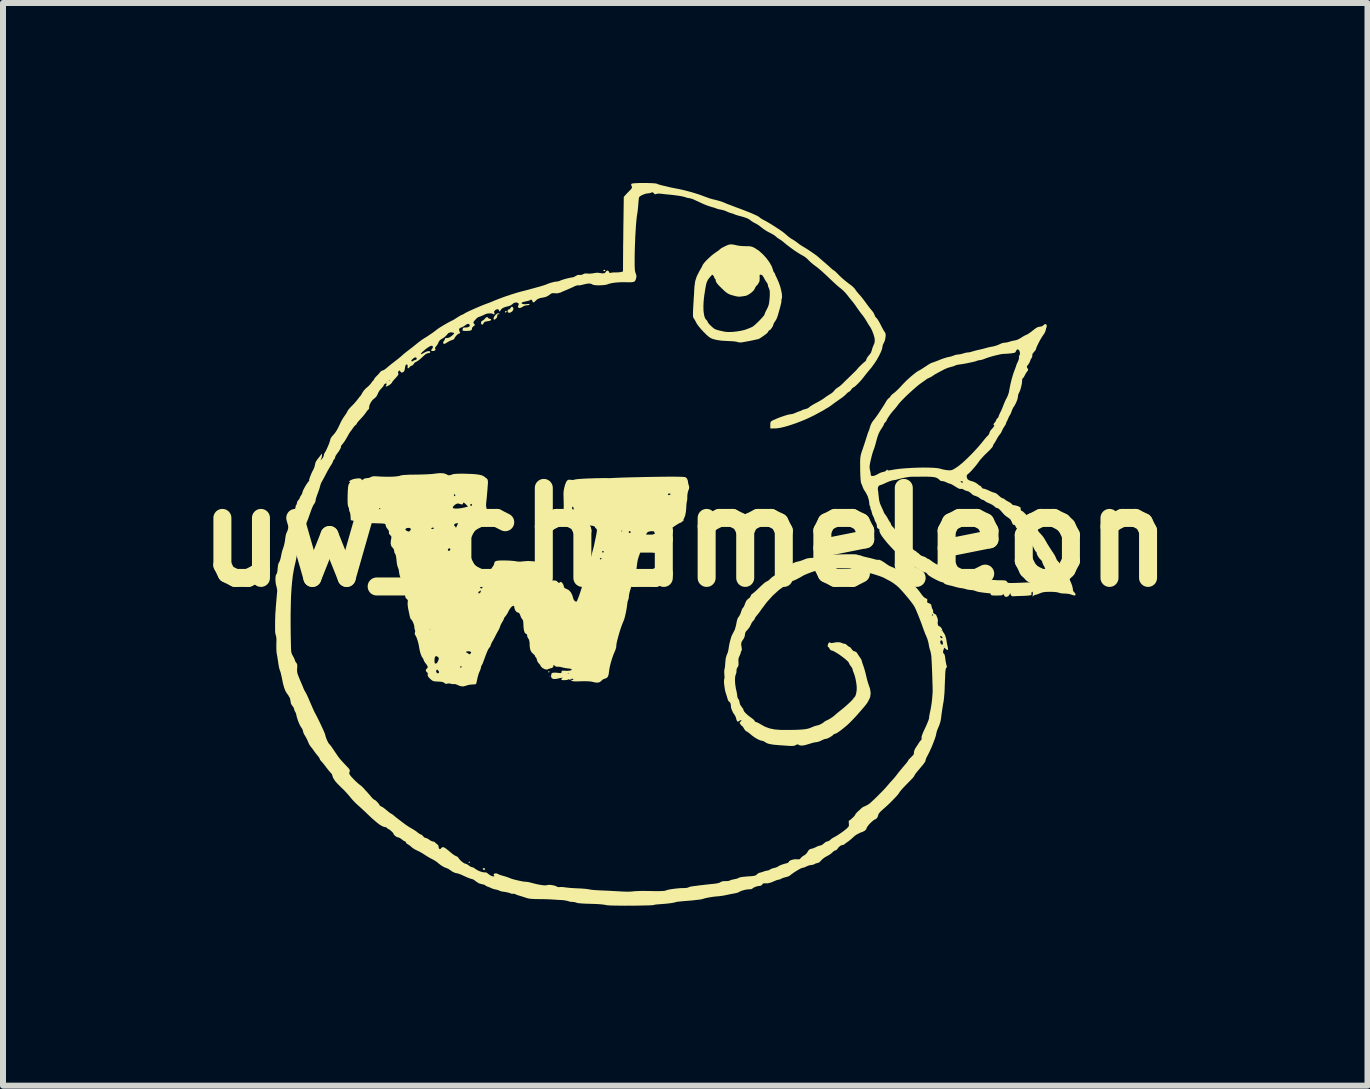
<source format=kicad_pcb>
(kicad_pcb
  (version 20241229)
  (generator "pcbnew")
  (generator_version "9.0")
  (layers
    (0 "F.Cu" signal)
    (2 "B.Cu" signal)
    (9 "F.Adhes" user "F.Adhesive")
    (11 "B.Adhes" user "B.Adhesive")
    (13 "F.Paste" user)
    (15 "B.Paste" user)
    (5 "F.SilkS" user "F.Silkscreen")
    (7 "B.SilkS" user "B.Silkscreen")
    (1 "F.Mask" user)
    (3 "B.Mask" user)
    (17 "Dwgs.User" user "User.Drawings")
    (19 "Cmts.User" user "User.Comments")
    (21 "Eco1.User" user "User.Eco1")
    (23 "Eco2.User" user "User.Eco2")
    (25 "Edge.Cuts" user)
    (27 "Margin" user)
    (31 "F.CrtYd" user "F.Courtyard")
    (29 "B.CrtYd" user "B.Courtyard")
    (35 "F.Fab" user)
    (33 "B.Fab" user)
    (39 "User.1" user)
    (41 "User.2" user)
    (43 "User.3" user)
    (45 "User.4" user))
  (footprint "uw_chameleon"
    (layer "F.Cu")
    (at 8.371 5.904)
    (property "Reference" "uw_chameleon" (at 0 0 0) (layer "F.SilkS") (effects (font (size 1.5 1.5) (thickness 0.3))))
    (attr board_only exclude_from_pos_files exclude_from_bom)
    (fp_poly (pts (xy -5.372 -0.967) (xy -5.378 -0.961) (xy -5.383 -0.967) (xy -5.378 -0.972)) (stroke (width 0) (type solid)) (fill yes) (layer "F.SilkS"))
    (fp_poly (pts (xy -2.258 2.321) (xy -2.263 2.327) (xy -2.269 2.321) (xy -2.263 2.315)) (stroke (width 0) (type solid)) (fill yes) (layer "F.SilkS"))
    (fp_poly (pts (xy -2.977 -3.76) (xy -2.983 -3.75) (xy -2.998 -3.744) (xy -3.003 -3.749) (xy -3.002 -3.765) (xy -2.998 -3.769) (xy -2.981 -3.771)) (stroke (width 0) (type solid)) (fill yes) (layer "F.SilkS"))
    (fp_poly (pts (xy -2.269 2.229) (xy -2.262 2.243) (xy -2.264 2.247) (xy -2.275 2.257) (xy -2.28 2.245) (xy -2.281 2.239) (xy -2.275 2.228)) (stroke (width 0) (type solid)) (fill yes) (layer "F.SilkS"))
    (fp_poly (pts (xy -3.589 5.415) (xy -3.589 5.418) (xy -3.598 5.429) (xy -3.6 5.43) (xy -3.612 5.421) (xy -3.612 5.418) (xy -3.603 5.407) (xy -3.6 5.406)) (stroke (width 0) (type solid)) (fill yes) (layer "F.SilkS"))
    (fp_poly (pts (xy -3.336 5.528) (xy -3.334 5.535) (xy -3.343 5.544) (xy -3.36 5.544) (xy -3.374 5.535) (xy -3.373 5.52) (xy -3.369 5.517) (xy -3.35 5.515)) (stroke (width 0) (type solid)) (fill yes) (layer "F.SilkS"))
    (fp_poly (pts (xy -1.333 -4.451) (xy -1.331 -4.446) (xy -1.341 -4.435) (xy -1.349 -4.434) (xy -1.364 -4.44) (xy -1.366 -4.446) (xy -1.357 -4.456) (xy -1.349 -4.457)) (stroke (width 0) (type solid)) (fill yes) (layer "F.SilkS"))
    (fp_poly (pts (xy -2.88 -3.839) (xy -2.866 -3.822) (xy -2.864 -3.812) (xy -2.868 -3.786) (xy -2.885 -3.763) (xy -2.909 -3.747) (xy -2.934 -3.74) (xy -2.953 -3.747) (xy -2.959 -3.756) (xy -2.96 -3.781) (xy -2.944 -3.796) (xy -2.935 -3.797) (xy -2.919 -3.807) (xy -2.911 -3.821) (xy -2.898 -3.839)) (stroke (width 0) (type solid)) (fill yes) (layer "F.SilkS"))
    (fp_poly (pts (xy -3.106 -3.729) (xy -3.093 -3.72) (xy -3.101 -3.717) (xy -3.112 -3.717) (xy -3.131 -3.712) (xy -3.133 -3.697) (xy -3.132 -3.695) (xy -3.135 -3.67) (xy -3.149 -3.649) (xy -3.174 -3.628) (xy -3.19 -3.627) (xy -3.195 -3.647) (xy -3.195 -3.648) (xy -3.187 -3.671) (xy -3.168 -3.699) (xy -3.161 -3.706) (xy -3.136 -3.728) (xy -3.118 -3.733)) (stroke (width 0) (type solid)) (fill yes) (layer "F.SilkS"))
    (fp_poly (pts (xy -3.285 -3.657) (xy -3.285 -3.655) (xy -3.271 -3.643) (xy -3.258 -3.641) (xy -3.239 -3.635) (xy -3.236 -3.623) (xy -3.248 -3.61) (xy -3.271 -3.603) (xy -3.316 -3.597) (xy -3.344 -3.588) (xy -3.358 -3.574) (xy -3.361 -3.566) (xy -3.373 -3.546) (xy -3.39 -3.544) (xy -3.402 -3.559) (xy -3.404 -3.573) (xy -3.396 -3.6) (xy -3.381 -3.609) (xy -3.358 -3.622) (xy -3.34 -3.642) (xy -3.319 -3.664) (xy -3.299 -3.669)) (stroke (width 0) (type solid)) (fill yes) (layer "F.SilkS"))
    (fp_poly (pts (xy 0.82 -4.874) (xy 0.862 -4.864) (xy 0.896 -4.858) (xy 0.944 -4.853) (xy 0.997 -4.851) (xy 1.007 -4.851) (xy 1.058 -4.85) (xy 1.095 -4.846) (xy 1.125 -4.837) (xy 1.157 -4.821) (xy 1.169 -4.814) (xy 1.234 -4.77) (xy 1.298 -4.712) (xy 1.357 -4.646) (xy 1.407 -4.577) (xy 1.444 -4.51) (xy 1.465 -4.448) (xy 1.473 -4.423) (xy 1.482 -4.411) (xy 1.483 -4.411) (xy 1.493 -4.402) (xy 1.493 -4.398) (xy 1.498 -4.382) (xy 1.511 -4.351) (xy 1.53 -4.313) (xy 1.532 -4.308) (xy 1.558 -4.249) (xy 1.581 -4.185) (xy 1.598 -4.121) (xy 1.61 -4.061) (xy 1.614 -4.013) (xy 1.611 -3.981) (xy 1.603 -3.954) (xy 1.603 -3.937) (xy 1.603 -3.936) (xy 1.603 -3.921) (xy 1.595 -3.886) (xy 1.582 -3.832) (xy 1.562 -3.761) (xy 1.537 -3.676) (xy 1.521 -3.636) (xy 1.5 -3.601) (xy 1.497 -3.597) (xy 1.479 -3.57) (xy 1.47 -3.549) (xy 1.47 -3.547) (xy 1.464 -3.526) (xy 1.449 -3.498) (xy 1.43 -3.471) (xy 1.412 -3.453) (xy 1.404 -3.45) (xy 1.39 -3.44) (xy 1.383 -3.426) (xy 1.372 -3.409) (xy 1.348 -3.387) (xy 1.307 -3.357) (xy 1.248 -3.317) (xy 1.234 -3.309) (xy 1.219 -3.303) (xy 1.186 -3.295) (xy 1.14 -3.285) (xy 1.088 -3.274) (xy 1.035 -3.264) (xy 0.985 -3.255) (xy 0.945 -3.248) (xy 0.932 -3.246) (xy 0.896 -3.247) (xy 0.868 -3.254) (xy 0.845 -3.26) (xy 0.805 -3.265) (xy 0.754 -3.268) (xy 0.706 -3.27) (xy 0.605 -3.276) (xy 0.523 -3.288) (xy 0.457 -3.305) (xy 0.423 -3.32) (xy 0.392 -3.341) (xy 0.353 -3.375) (xy 0.309 -3.419) (xy 0.265 -3.466) (xy 0.226 -3.513) (xy 0.197 -3.553) (xy 0.186 -3.572) (xy 0.167 -3.608) (xy 0.149 -3.638) (xy 0.141 -3.65) (xy 0.135 -3.66) (xy 0.131 -3.675) (xy 0.129 -3.7) (xy 0.129 -3.736) (xy 0.131 -3.788) (xy 0.134 -3.848) (xy 0.303 -3.848) (xy 0.305 -3.77) (xy 0.314 -3.704) (xy 0.328 -3.655) (xy 0.348 -3.625) (xy 0.354 -3.62) (xy 0.369 -3.604) (xy 0.371 -3.597) (xy 0.379 -3.578) (xy 0.4 -3.551) (xy 0.43 -3.521) (xy 0.462 -3.492) (xy 0.49 -3.471) (xy 0.504 -3.465) (xy 0.546 -3.451) (xy 0.599 -3.438) (xy 0.651 -3.427) (xy 0.671 -3.423) (xy 0.724 -3.42) (xy 0.791 -3.422) (xy 0.864 -3.43) (xy 0.935 -3.442) (xy 0.996 -3.457) (xy 1.01 -3.462) (xy 1.056 -3.479) (xy 1.097 -3.496) (xy 1.126 -3.511) (xy 1.129 -3.513) (xy 1.152 -3.531) (xy 1.184 -3.56) (xy 1.22 -3.594) (xy 1.255 -3.63) (xy 1.286 -3.664) (xy 1.309 -3.691) (xy 1.32 -3.707) (xy 1.32 -3.709) (xy 1.325 -3.725) (xy 1.338 -3.756) (xy 1.356 -3.792) (xy 1.375 -3.829) (xy 1.388 -3.861) (xy 1.396 -3.894) (xy 1.402 -3.935) (xy 1.407 -3.99) (xy 1.409 -4.02) (xy 1.41 -4.075) (xy 1.407 -4.115) (xy 1.397 -4.144) (xy 1.396 -4.146) (xy 1.383 -4.177) (xy 1.378 -4.201) (xy 1.378 -4.203) (xy 1.371 -4.226) (xy 1.356 -4.25) (xy 1.337 -4.278) (xy 1.316 -4.314) (xy 1.31 -4.327) (xy 1.288 -4.361) (xy 1.266 -4.375) (xy 1.26 -4.376) (xy 1.245 -4.374) (xy 1.239 -4.363) (xy 1.24 -4.336) (xy 1.242 -4.325) (xy 1.238 -4.266) (xy 1.212 -4.216) (xy 1.189 -4.193) (xy 1.172 -4.171) (xy 1.158 -4.141) (xy 1.158 -4.141) (xy 1.141 -4.113) (xy 1.109 -4.082) (xy 1.07 -4.053) (xy 1.031 -4.031) (xy 1.002 -4.022) (xy 0.975 -4.018) (xy 0.939 -4.013) (xy 0.93 -4.011) (xy 0.892 -4.009) (xy 0.846 -4.016) (xy 0.793 -4.03) (xy 0.752 -4.042) (xy 0.721 -4.056) (xy 0.693 -4.073) (xy 0.662 -4.098) (xy 0.622 -4.135) (xy 0.606 -4.15) (xy 0.561 -4.195) (xy 0.532 -4.229) (xy 0.515 -4.253) (xy 0.509 -4.273) (xy 0.509 -4.275) (xy 0.506 -4.298) (xy 0.498 -4.307) (xy 0.487 -4.316) (xy 0.486 -4.322) (xy 0.48 -4.342) (xy 0.469 -4.359) (xy 0.457 -4.373) (xy 0.447 -4.372) (xy 0.431 -4.357) (xy 0.423 -4.347) (xy 0.398 -4.318) (xy 0.379 -4.292) (xy 0.365 -4.264) (xy 0.353 -4.232) (xy 0.344 -4.191) (xy 0.334 -4.137) (xy 0.323 -4.065) (xy 0.318 -4.035) (xy 0.307 -3.938) (xy 0.303 -3.848) (xy 0.134 -3.848) (xy 0.135 -3.859) (xy 0.137 -3.893) (xy 0.141 -3.967) (xy 0.146 -4.038) (xy 0.149 -4.101) (xy 0.152 -4.15) (xy 0.154 -4.179) (xy 0.166 -4.267) (xy 0.193 -4.35) (xy 0.237 -4.437) (xy 0.24 -4.442) (xy 0.263 -4.481) (xy 0.28 -4.512) (xy 0.289 -4.531) (xy 0.289 -4.533) (xy 0.298 -4.55) (xy 0.32 -4.578) (xy 0.352 -4.613) (xy 0.391 -4.651) (xy 0.431 -4.688) (xy 0.471 -4.72) (xy 0.497 -4.739) (xy 0.535 -4.765) (xy 0.565 -4.787) (xy 0.582 -4.802) (xy 0.584 -4.804) (xy 0.597 -4.814) (xy 0.625 -4.83) (xy 0.663 -4.849) (xy 0.666 -4.851) (xy 0.709 -4.87) (xy 0.744 -4.88) (xy 0.778 -4.881)) (stroke (width 0) (type solid)) (fill yes) (layer "F.SilkS"))
    (fp_poly (pts (xy 6.019 -3.545) (xy 6.027 -3.524) (xy 6.023 -3.503) (xy 6.015 -3.483) (xy 6.01 -3.456) (xy 6 -3.425) (xy 5.982 -3.389) (xy 5.975 -3.381) (xy 5.948 -3.341) (xy 5.919 -3.293) (xy 5.892 -3.243) (xy 5.869 -3.196) (xy 5.852 -3.157) (xy 5.846 -3.133) (xy 5.838 -3.117) (xy 5.819 -3.094) (xy 5.813 -3.088) (xy 5.788 -3.056) (xy 5.785 -3.032) (xy 5.783 -3.005) (xy 5.774 -2.989) (xy 5.758 -2.963) (xy 5.749 -2.938) (xy 5.737 -2.908) (xy 5.716 -2.876) (xy 5.715 -2.875) (xy 5.697 -2.852) (xy 5.694 -2.836) (xy 5.704 -2.817) (xy 5.705 -2.816) (xy 5.716 -2.795) (xy 5.712 -2.778) (xy 5.7 -2.764) (xy 5.68 -2.736) (xy 5.661 -2.7) (xy 5.658 -2.695) (xy 5.643 -2.667) (xy 5.63 -2.652) (xy 5.627 -2.651) (xy 5.619 -2.641) (xy 5.615 -2.615) (xy 5.615 -2.604) (xy 5.611 -2.561) (xy 5.6 -2.51) (xy 5.586 -2.459) (xy 5.57 -2.418) (xy 5.561 -2.403) (xy 5.55 -2.375) (xy 5.545 -2.341) (xy 5.54 -2.309) (xy 5.525 -2.266) (xy 5.504 -2.22) (xy 5.482 -2.181) (xy 5.47 -2.165) (xy 5.458 -2.143) (xy 5.444 -2.11) (xy 5.441 -2.101) (xy 5.429 -2.068) (xy 5.416 -2.042) (xy 5.413 -2.038) (xy 5.399 -2.015) (xy 5.385 -1.984) (xy 5.383 -1.98) (xy 5.371 -1.95) (xy 5.36 -1.93) (xy 5.358 -1.928) (xy 5.349 -1.907) (xy 5.349 -1.901) (xy 5.342 -1.882) (xy 5.326 -1.855) (xy 5.321 -1.849) (xy 5.298 -1.812) (xy 5.279 -1.773) (xy 5.278 -1.771) (xy 5.263 -1.739) (xy 5.245 -1.715) (xy 5.243 -1.713) (xy 5.228 -1.694) (xy 5.207 -1.662) (xy 5.191 -1.632) (xy 5.171 -1.596) (xy 5.153 -1.567) (xy 5.143 -1.553) (xy 5.13 -1.53) (xy 5.129 -1.519) (xy 5.12 -1.503) (xy 5.098 -1.477) (xy 5.066 -1.443) (xy 5.034 -1.412) (xy 4.991 -1.371) (xy 4.951 -1.328) (xy 4.918 -1.291) (xy 4.904 -1.273) (xy 4.866 -1.22) (xy 4.822 -1.166) (xy 4.778 -1.116) (xy 4.738 -1.075) (xy 4.708 -1.049) (xy 4.693 -1.033) (xy 4.692 -1.008) (xy 4.694 -0.997) (xy 4.701 -0.976) (xy 4.712 -0.961) (xy 4.733 -0.948) (xy 4.768 -0.936) (xy 4.801 -0.926) (xy 4.838 -0.91) (xy 4.87 -0.889) (xy 4.876 -0.884) (xy 4.898 -0.865) (xy 4.915 -0.857) (xy 4.916 -0.857) (xy 4.931 -0.847) (xy 4.938 -0.834) (xy 4.954 -0.814) (xy 4.97 -0.81) (xy 4.993 -0.805) (xy 5.029 -0.792) (xy 5.065 -0.776) (xy 5.104 -0.758) (xy 5.138 -0.745) (xy 5.158 -0.741) (xy 5.178 -0.733) (xy 5.207 -0.712) (xy 5.226 -0.694) (xy 5.255 -0.669) (xy 5.28 -0.652) (xy 5.292 -0.648) (xy 5.315 -0.641) (xy 5.322 -0.634) (xy 5.337 -0.621) (xy 5.366 -0.603) (xy 5.385 -0.593) (xy 5.417 -0.575) (xy 5.44 -0.557) (xy 5.445 -0.55) (xy 5.461 -0.537) (xy 5.482 -0.533) (xy 5.51 -0.529) (xy 5.542 -0.519) (xy 5.57 -0.507) (xy 5.588 -0.495) (xy 5.591 -0.49) (xy 5.591 -0.46) (xy 5.6 -0.442) (xy 5.607 -0.44) (xy 5.623 -0.432) (xy 5.647 -0.411) (xy 5.676 -0.383) (xy 5.703 -0.354) (xy 5.723 -0.329) (xy 5.731 -0.313) (xy 5.731 -0.313) (xy 5.738 -0.298) (xy 5.757 -0.273) (xy 5.777 -0.252) (xy 5.802 -0.224) (xy 5.819 -0.203) (xy 5.823 -0.194) (xy 5.83 -0.18) (xy 5.848 -0.157) (xy 5.852 -0.153) (xy 5.871 -0.129) (xy 5.881 -0.111) (xy 5.881 -0.109) (xy 5.889 -0.095) (xy 5.909 -0.071) (xy 5.923 -0.057) (xy 5.955 -0.021) (xy 5.985 0.021) (xy 5.993 0.035) (xy 6.031 0.102) (xy 6.074 0.171) (xy 6.114 0.233) (xy 6.133 0.26) (xy 6.157 0.298) (xy 6.176 0.337) (xy 6.181 0.349) (xy 6.194 0.378) (xy 6.207 0.396) (xy 6.21 0.397) (xy 6.223 0.411) (xy 6.241 0.438) (xy 6.252 0.459) (xy 6.276 0.502) (xy 6.306 0.545) (xy 6.317 0.559) (xy 6.346 0.597) (xy 6.377 0.647) (xy 6.406 0.703) (xy 6.431 0.76) (xy 6.45 0.811) (xy 6.459 0.85) (xy 6.46 0.858) (xy 6.465 0.894) (xy 6.481 0.916) (xy 6.483 0.917) (xy 6.5 0.935) (xy 6.506 0.955) (xy 6.499 0.97) (xy 6.49 0.972) (xy 6.47 0.968) (xy 6.439 0.958) (xy 6.433 0.955) (xy 6.398 0.946) (xy 6.353 0.94) (xy 6.324 0.939) (xy 6.281 0.937) (xy 6.244 0.931) (xy 6.227 0.925) (xy 6.2 0.918) (xy 6.153 0.912) (xy 6.091 0.91) (xy 6.084 0.91) (xy 6.024 0.911) (xy 5.981 0.915) (xy 5.947 0.922) (xy 5.915 0.934) (xy 5.912 0.935) (xy 5.876 0.95) (xy 5.846 0.959) (xy 5.834 0.961) (xy 5.811 0.97) (xy 5.8 0.981) (xy 5.792 0.99) (xy 5.79 0.981) (xy 5.793 0.958) (xy 5.794 0.929) (xy 5.79 0.911) (xy 5.789 0.909) (xy 5.778 0.912) (xy 5.77 0.928) (xy 5.77 0.946) (xy 5.771 0.95) (xy 5.773 0.959) (xy 5.762 0.966) (xy 5.737 0.971) (xy 5.694 0.975) (xy 5.631 0.978) (xy 5.624 0.978) (xy 5.57 0.98) (xy 5.525 0.981) (xy 5.494 0.983) (xy 5.482 0.984) (xy 5.448 0.984) (xy 5.428 0.966) (xy 5.425 0.958) (xy 5.418 0.932) (xy 5.403 0.961) (xy 5.383 0.984) (xy 5.357 0.994) (xy 5.333 0.992) (xy 5.318 0.975) (xy 5.317 0.973) (xy 5.308 0.955) (xy 5.297 0.949) (xy 5.291 0.959) (xy 5.291 0.961) (xy 5.28 0.967) (xy 5.25 0.971) (xy 5.205 0.972) (xy 5.192 0.972) (xy 5.143 0.972) (xy 5.113 0.969) (xy 5.098 0.964) (xy 5.094 0.955) (xy 5.088 0.939) (xy 5.082 0.936) (xy 5.063 0.934) (xy 5.039 0.932) (xy 4.956 0.922) (xy 4.895 0.913) (xy 4.853 0.902) (xy 4.837 0.896) (xy 4.804 0.885) (xy 4.765 0.88) (xy 4.759 0.88) (xy 4.72 0.876) (xy 4.684 0.868) (xy 4.681 0.866) (xy 4.645 0.856) (xy 4.608 0.85) (xy 4.573 0.845) (xy 4.529 0.835) (xy 4.503 0.828) (xy 4.455 0.814) (xy 4.403 0.802) (xy 4.382 0.797) (xy 4.347 0.787) (xy 4.322 0.775) (xy 4.315 0.769) (xy 4.3 0.754) (xy 4.293 0.753) (xy 4.268 0.747) (xy 4.23 0.732) (xy 4.185 0.711) (xy 4.138 0.686) (xy 4.094 0.661) (xy 4.06 0.638) (xy 4.039 0.62) (xy 4.037 0.616) (xy 4.023 0.597) (xy 4.012 0.59) (xy 3.986 0.584) (xy 3.947 0.566) (xy 3.898 0.54) (xy 3.844 0.507) (xy 3.789 0.471) (xy 3.737 0.435) (xy 3.7 0.405) (xy 3.654 0.366) (xy 3.611 0.33) (xy 3.575 0.301) (xy 3.556 0.286) (xy 3.515 0.251) (xy 3.467 0.204) (xy 3.415 0.149) (xy 3.364 0.092) (xy 3.318 0.035) (xy 3.28 -0.015) (xy 3.255 -0.055) (xy 3.253 -0.058) (xy 3.24 -0.089) (xy 3.236 -0.114) (xy 3.237 -0.119) (xy 3.233 -0.135) (xy 3.219 -0.142) (xy 3.201 -0.154) (xy 3.195 -0.179) (xy 3.195 -0.186) (xy 3.19 -0.218) (xy 3.179 -0.242) (xy 3.164 -0.268) (xy 3.156 -0.291) (xy 3.145 -0.326) (xy 3.133 -0.349) (xy 3.119 -0.379) (xy 3.109 -0.416) (xy 3.108 -0.42) (xy 3.1 -0.449) (xy 3.092 -0.468) (xy 3.09 -0.469) (xy 3.085 -0.484) (xy 3.087 -0.491) (xy 3.085 -0.51) (xy 3.08 -0.515) (xy 3.072 -0.53) (xy 3.068 -0.559) (xy 3.068 -0.568) (xy 3.06 -0.622) (xy 3.041 -0.683) (xy 3.012 -0.741) (xy 2.995 -0.766) (xy 2.974 -0.8) (xy 2.972 -0.804) (xy 3.21 -0.804) (xy 3.211 -0.795) (xy 3.215 -0.772) (xy 3.219 -0.733) (xy 3.224 -0.686) (xy 3.225 -0.677) (xy 3.233 -0.613) (xy 3.248 -0.558) (xy 3.272 -0.504) (xy 3.29 -0.465) (xy 3.304 -0.433) (xy 3.311 -0.415) (xy 3.311 -0.414) (xy 3.318 -0.399) (xy 3.331 -0.382) (xy 3.348 -0.359) (xy 3.369 -0.325) (xy 3.38 -0.305) (xy 3.398 -0.273) (xy 3.412 -0.251) (xy 3.418 -0.245) (xy 3.426 -0.232) (xy 3.427 -0.223) (xy 3.434 -0.204) (xy 3.453 -0.179) (xy 3.457 -0.175) (xy 3.481 -0.149) (xy 3.513 -0.11) (xy 3.551 -0.064) (xy 3.589 -0.015) (xy 3.624 0.032) (xy 3.651 0.07) (xy 3.665 0.09) (xy 3.687 0.118) (xy 3.711 0.137) (xy 3.712 0.137) (xy 3.736 0.152) (xy 3.767 0.176) (xy 3.784 0.19) (xy 3.812 0.214) (xy 3.834 0.229) (xy 3.842 0.232) (xy 3.854 0.24) (xy 3.855 0.243) (xy 3.864 0.254) (xy 3.868 0.255) (xy 3.884 0.263) (xy 3.903 0.283) (xy 3.903 0.283) (xy 3.93 0.305) (xy 3.965 0.319) (xy 3.965 0.319) (xy 3.996 0.329) (xy 4.017 0.342) (xy 4.018 0.343) (xy 4.036 0.357) (xy 4.045 0.359) (xy 4.061 0.366) (xy 4.087 0.383) (xy 4.099 0.392) (xy 4.133 0.417) (xy 4.167 0.438) (xy 4.174 0.442) (xy 4.204 0.458) (xy 4.243 0.479) (xy 4.266 0.491) (xy 4.306 0.51) (xy 4.34 0.518) (xy 4.379 0.518) (xy 4.383 0.517) (xy 4.423 0.516) (xy 4.45 0.52) (xy 4.455 0.524) (xy 4.478 0.538) (xy 4.52 0.556) (xy 4.576 0.575) (xy 4.61 0.585) (xy 4.646 0.596) (xy 4.677 0.607) (xy 4.685 0.611) (xy 4.709 0.619) (xy 4.745 0.627) (xy 4.764 0.63) (xy 4.808 0.638) (xy 4.85 0.649) (xy 4.862 0.654) (xy 4.939 0.678) (xy 5.031 0.698) (xy 5.127 0.712) (xy 5.219 0.718) (xy 5.23 0.718) (xy 5.284 0.718) (xy 5.32 0.72) (xy 5.341 0.724) (xy 5.354 0.731) (xy 5.363 0.742) (xy 5.363 0.742) (xy 5.369 0.751) (xy 5.378 0.758) (xy 5.393 0.762) (xy 5.417 0.763) (xy 5.455 0.763) (xy 5.51 0.762) (xy 5.563 0.76) (xy 5.634 0.757) (xy 5.704 0.754) (xy 5.766 0.751) (xy 5.814 0.749) (xy 5.829 0.748) (xy 5.884 0.741) (xy 5.941 0.73) (xy 5.978 0.719) (xy 6.023 0.705) (xy 6.05 0.702) (xy 6.063 0.709) (xy 6.066 0.723) (xy 6.076 0.736) (xy 6.099 0.746) (xy 6.124 0.75) (xy 6.136 0.746) (xy 6.146 0.728) (xy 6.145 0.701) (xy 6.136 0.672) (xy 6.12 0.652) (xy 6.109 0.648) (xy 6.092 0.641) (xy 6.068 0.621) (xy 6.061 0.614) (xy 6.034 0.592) (xy 6.013 0.587) (xy 6.011 0.587) (xy 5.999 0.588) (xy 5.998 0.574) (xy 6 0.56) (xy 6 0.525) (xy 5.984 0.487) (xy 5.979 0.48) (xy 5.962 0.448) (xy 5.952 0.421) (xy 5.951 0.415) (xy 5.942 0.392) (xy 5.93 0.38) (xy 5.904 0.354) (xy 5.88 0.32) (xy 5.863 0.287) (xy 5.858 0.267) (xy 5.854 0.248) (xy 5.848 0.243) (xy 5.836 0.234) (xy 5.824 0.211) (xy 5.804 0.169) (xy 5.782 0.131) (xy 5.763 0.106) (xy 5.757 0.101) (xy 5.744 0.082) (xy 5.742 0.073) (xy 5.734 0.053) (xy 5.715 0.029) (xy 5.713 0.027) (xy 5.695 0.006) (xy 5.69 -0.01) (xy 5.69 -0.012) (xy 5.687 -0.021) (xy 5.673 -0.023) (xy 5.654 -0.028) (xy 5.65 -0.035) (xy 5.64 -0.048) (xy 5.618 -0.066) (xy 5.609 -0.071) (xy 5.583 -0.09) (xy 5.569 -0.107) (xy 5.569 -0.111) (xy 5.559 -0.128) (xy 5.541 -0.138) (xy 5.517 -0.157) (xy 5.506 -0.179) (xy 5.494 -0.203) (xy 5.65 -0.203) (xy 5.656 -0.187) (xy 5.661 -0.185) (xy 5.672 -0.194) (xy 5.673 -0.196) (xy 5.664 -0.212) (xy 5.661 -0.214) (xy 5.651 -0.212) (xy 5.65 -0.203) (xy 5.494 -0.203) (xy 5.494 -0.204) (xy 5.475 -0.208) (xy 5.469 -0.205) (xy 5.461 -0.214) (xy 5.449 -0.237) (xy 5.443 -0.254) (xy 5.422 -0.294) (xy 5.39 -0.322) (xy 5.381 -0.327) (xy 5.346 -0.351) (xy 5.311 -0.382) (xy 5.302 -0.392) (xy 5.265 -0.436) (xy 5.237 -0.464) (xy 5.217 -0.48) (xy 5.201 -0.486) (xy 5.195 -0.486) (xy 5.176 -0.494) (xy 5.154 -0.513) (xy 5.153 -0.514) (xy 5.126 -0.535) (xy 5.089 -0.555) (xy 5.073 -0.562) (xy 5.035 -0.578) (xy 5.004 -0.596) (xy 4.995 -0.604) (xy 4.97 -0.62) (xy 4.951 -0.625) (xy 4.929 -0.633) (xy 4.911 -0.649) (xy 4.887 -0.667) (xy 4.853 -0.682) (xy 4.848 -0.684) (xy 4.816 -0.695) (xy 4.792 -0.707) (xy 4.79 -0.709) (xy 4.753 -0.742) (xy 4.726 -0.761) (xy 4.702 -0.769) (xy 4.694 -0.771) (xy 4.662 -0.781) (xy 4.642 -0.793) (xy 4.613 -0.807) (xy 4.597 -0.805) (xy 4.575 -0.805) (xy 4.543 -0.819) (xy 4.502 -0.844) (xy 4.465 -0.867) (xy 4.434 -0.884) (xy 4.416 -0.891) (xy 4.415 -0.891) (xy 4.395 -0.896) (xy 4.364 -0.909) (xy 4.351 -0.916) (xy 4.335 -0.922) (xy 4.589 -0.922) (xy 4.603 -0.914) (xy 4.625 -0.909) (xy 4.631 -0.916) (xy 4.622 -0.928) (xy 4.603 -0.934) (xy 4.595 -0.931) (xy 4.589 -0.922) (xy 4.335 -0.922) (xy 4.318 -0.929) (xy 4.29 -0.935) (xy 4.283 -0.934) (xy 4.259 -0.938) (xy 4.241 -0.952) (xy 4.222 -0.97) (xy 4.2 -0.985) (xy 4.172 -0.996) (xy 4.136 -1.003) (xy 4.088 -1.007) (xy 4.026 -1.009) (xy 3.946 -1.009) (xy 3.847 -1.008) (xy 3.846 -1.008) (xy 3.811 -1.008) (xy 3.783 -1.008) (xy 3.752 -1.007) (xy 3.706 -1.001) (xy 3.653 -0.992) (xy 3.6 -0.98) (xy 3.556 -0.969) (xy 3.545 -0.966) (xy 3.507 -0.955) (xy 3.473 -0.95) (xy 3.465 -0.949) (xy 3.441 -0.944) (xy 3.403 -0.931) (xy 3.359 -0.913) (xy 3.351 -0.909) (xy 3.309 -0.89) (xy 3.274 -0.875) (xy 3.251 -0.869) (xy 3.249 -0.868) (xy 3.228 -0.858) (xy 3.214 -0.834) (xy 3.21 -0.804) (xy 2.972 -0.804) (xy 2.959 -0.834) (xy 2.957 -0.839) (xy 2.947 -0.87) (xy 2.936 -0.89) (xy 2.929 -0.912) (xy 2.923 -0.956) (xy 2.919 -1.024) (xy 2.916 -1.114) (xy 2.916 -1.178) (xy 3.073 -1.178) (xy 3.074 -1.147) (xy 3.079 -1.12) (xy 3.08 -1.117) (xy 3.087 -1.085) (xy 3.091 -1.063) (xy 3.091 -1.059) (xy 3.093 -1.032) (xy 3.111 -1.02) (xy 3.143 -1.022) (xy 3.187 -1.039) (xy 3.213 -1.054) (xy 3.25 -1.073) (xy 3.285 -1.085) (xy 3.302 -1.088) (xy 3.334 -1.098) (xy 3.35 -1.112) (xy 3.364 -1.127) (xy 3.371 -1.121) (xy 3.379 -1.114) (xy 3.396 -1.113) (xy 3.43 -1.118) (xy 3.445 -1.121) (xy 3.51 -1.132) (xy 3.588 -1.142) (xy 3.676 -1.149) (xy 3.769 -1.155) (xy 3.864 -1.159) (xy 3.958 -1.161) (xy 4.045 -1.16) (xy 4.123 -1.158) (xy 4.188 -1.153) (xy 4.236 -1.146) (xy 4.255 -1.14) (xy 4.285 -1.132) (xy 4.328 -1.123) (xy 4.363 -1.118) (xy 4.401 -1.115) (xy 4.428 -1.116) (xy 4.454 -1.123) (xy 4.485 -1.14) (xy 4.513 -1.157) (xy 4.559 -1.189) (xy 4.616 -1.236) (xy 4.681 -1.295) (xy 4.749 -1.361) (xy 4.817 -1.432) (xy 4.882 -1.503) (xy 4.941 -1.573) (xy 4.97 -1.609) (xy 4.999 -1.645) (xy 5.026 -1.676) (xy 5.045 -1.694) (xy 5.064 -1.718) (xy 5.071 -1.74) (xy 5.079 -1.763) (xy 5.099 -1.792) (xy 5.112 -1.805) (xy 5.139 -1.837) (xy 5.151 -1.861) (xy 5.147 -1.874) (xy 5.138 -1.875) (xy 5.136 -1.882) (xy 5.148 -1.898) (xy 5.149 -1.899) (xy 5.171 -1.926) (xy 5.182 -1.95) (xy 5.193 -1.974) (xy 5.205 -1.984) (xy 5.22 -1.999) (xy 5.221 -2.007) (xy 5.227 -2.026) (xy 5.24 -2.056) (xy 5.249 -2.074) (xy 5.268 -2.113) (xy 5.289 -2.162) (xy 5.303 -2.2) (xy 5.322 -2.246) (xy 5.342 -2.291) (xy 5.357 -2.319) (xy 5.376 -2.359) (xy 5.392 -2.405) (xy 5.396 -2.423) (xy 5.418 -2.54) (xy 5.442 -2.638) (xy 5.467 -2.722) (xy 5.487 -2.778) (xy 5.502 -2.817) (xy 5.514 -2.85) (xy 5.518 -2.865) (xy 5.527 -2.89) (xy 5.543 -2.923) (xy 5.547 -2.932) (xy 5.56 -2.965) (xy 5.564 -2.993) (xy 5.563 -2.998) (xy 5.562 -3.019) (xy 5.568 -3.027) (xy 5.578 -3.045) (xy 5.579 -3.074) (xy 5.571 -3.104) (xy 5.563 -3.118) (xy 5.544 -3.132) (xy 5.525 -3.124) (xy 5.511 -3.097) (xy 5.502 -3.082) (xy 5.484 -3.073) (xy 5.452 -3.067) (xy 5.429 -3.064) (xy 5.382 -3.06) (xy 5.336 -3.057) (xy 5.312 -3.056) (xy 5.277 -3.053) (xy 5.227 -3.043) (xy 5.168 -3.029) (xy 5.107 -3.013) (xy 5.049 -2.995) (xy 5.003 -2.979) (xy 4.992 -2.974) (xy 4.956 -2.961) (xy 4.922 -2.953) (xy 4.913 -2.952) (xy 4.881 -2.947) (xy 4.862 -2.94) (xy 4.84 -2.932) (xy 4.8 -2.922) (xy 4.75 -2.911) (xy 4.694 -2.899) (xy 4.638 -2.889) (xy 4.589 -2.881) (xy 4.569 -2.879) (xy 4.533 -2.873) (xy 4.507 -2.865) (xy 4.5 -2.862) (xy 4.481 -2.853) (xy 4.449 -2.843) (xy 4.422 -2.836) (xy 4.374 -2.822) (xy 4.326 -2.802) (xy 4.307 -2.792) (xy 4.264 -2.769) (xy 4.216 -2.744) (xy 4.197 -2.733) (xy 4.162 -2.714) (xy 4.134 -2.696) (xy 4.123 -2.688) (xy 4.102 -2.674) (xy 4.072 -2.659) (xy 4.066 -2.656) (xy 4.037 -2.643) (xy 4.019 -2.632) (xy 4.018 -2.63) (xy 4.005 -2.62) (xy 3.979 -2.602) (xy 3.948 -2.58) (xy 3.906 -2.55) (xy 3.854 -2.508) (xy 3.796 -2.457) (xy 3.735 -2.402) (xy 3.676 -2.346) (xy 3.623 -2.293) (xy 3.58 -2.247) (xy 3.552 -2.214) (xy 3.523 -2.174) (xy 3.493 -2.138) (xy 3.472 -2.115) (xy 3.45 -2.089) (xy 3.423 -2.055) (xy 3.397 -2.018) (xy 3.375 -1.984) (xy 3.361 -1.958) (xy 3.357 -1.948) (xy 3.35 -1.933) (xy 3.334 -1.916) (xy 3.317 -1.896) (xy 3.311 -1.881) (xy 3.305 -1.864) (xy 3.289 -1.837) (xy 3.279 -1.822) (xy 3.246 -1.77) (xy 3.221 -1.719) (xy 3.2 -1.658) (xy 3.185 -1.603) (xy 3.171 -1.549) (xy 3.154 -1.494) (xy 3.138 -1.449) (xy 3.137 -1.447) (xy 3.123 -1.406) (xy 3.108 -1.352) (xy 3.094 -1.294) (xy 3.089 -1.274) (xy 3.078 -1.218) (xy 3.073 -1.178) (xy 2.916 -1.178) (xy 2.915 -1.227) (xy 2.915 -1.227) (xy 2.916 -1.284) (xy 2.919 -1.329) (xy 2.926 -1.369) (xy 2.938 -1.414) (xy 2.958 -1.47) (xy 2.978 -1.53) (xy 2.999 -1.593) (xy 3.016 -1.648) (xy 3.024 -1.673) (xy 3.037 -1.714) (xy 3.048 -1.747) (xy 3.056 -1.765) (xy 3.056 -1.765) (xy 3.065 -1.784) (xy 3.073 -1.814) (xy 3.074 -1.818) (xy 3.09 -1.868) (xy 3.115 -1.918) (xy 3.138 -1.949) (xy 3.158 -1.973) (xy 3.187 -2.013) (xy 3.221 -2.061) (xy 3.256 -2.115) (xy 3.29 -2.167) (xy 3.32 -2.214) (xy 3.34 -2.248) (xy 3.36 -2.282) (xy 3.381 -2.307) (xy 3.391 -2.315) (xy 3.413 -2.334) (xy 3.42 -2.347) (xy 3.433 -2.365) (xy 3.459 -2.389) (xy 3.476 -2.401) (xy 3.505 -2.425) (xy 3.543 -2.461) (xy 3.584 -2.502) (xy 3.606 -2.527) (xy 3.648 -2.571) (xy 3.696 -2.619) (xy 3.748 -2.666) (xy 3.799 -2.709) (xy 3.844 -2.745) (xy 3.881 -2.77) (xy 3.897 -2.778) (xy 3.917 -2.789) (xy 3.95 -2.809) (xy 3.991 -2.836) (xy 4.008 -2.847) (xy 4.047 -2.873) (xy 4.08 -2.893) (xy 4.101 -2.904) (xy 4.106 -2.906) (xy 4.12 -2.91) (xy 4.151 -2.921) (xy 4.194 -2.937) (xy 4.226 -2.95) (xy 4.279 -2.971) (xy 4.33 -2.988) (xy 4.372 -3) (xy 4.388 -3.003) (xy 4.429 -3.012) (xy 4.465 -3.024) (xy 4.473 -3.028) (xy 4.51 -3.04) (xy 4.544 -3.045) (xy 4.579 -3.049) (xy 4.621 -3.059) (xy 4.631 -3.062) (xy 4.668 -3.073) (xy 4.702 -3.079) (xy 4.71 -3.079) (xy 4.74 -3.083) (xy 4.778 -3.093) (xy 4.787 -3.096) (xy 4.828 -3.108) (xy 4.875 -3.12) (xy 4.891 -3.123) (xy 4.936 -3.133) (xy 4.989 -3.147) (xy 5.019 -3.155) (xy 5.061 -3.166) (xy 5.099 -3.174) (xy 5.119 -3.177) (xy 5.163 -3.187) (xy 5.217 -3.206) (xy 5.258 -3.225) (xy 5.293 -3.238) (xy 5.324 -3.242) (xy 5.359 -3.246) (xy 5.398 -3.256) (xy 5.403 -3.258) (xy 5.446 -3.271) (xy 5.491 -3.279) (xy 5.494 -3.28) (xy 5.539 -3.292) (xy 5.588 -3.318) (xy 5.599 -3.325) (xy 5.635 -3.348) (xy 5.668 -3.366) (xy 5.684 -3.372) (xy 5.706 -3.383) (xy 5.74 -3.405) (xy 5.778 -3.433) (xy 5.791 -3.444) (xy 5.835 -3.478) (xy 5.867 -3.498) (xy 5.894 -3.507) (xy 5.908 -3.508) (xy 5.948 -3.516) (xy 5.968 -3.531) (xy 5.989 -3.548) (xy 6.003 -3.554)) (stroke (width 0) (type solid)) (fill yes) (layer "F.SilkS"))
    (fp_poly (pts (xy -4.027 -1.065) (xy -3.981 -1.05) (xy -3.966 -1.04) (xy -3.939 -1.031) (xy -3.901 -1.039) (xy -3.887 -1.045) (xy -3.86 -1.053) (xy -3.811 -1.057) (xy -3.741 -1.059) (xy -3.709 -1.059) (xy -3.602 -1.056) (xy -3.516 -1.052) (xy -3.449 -1.044) (xy -3.4 -1.034) (xy -3.366 -1.021) (xy -3.356 -1.014) (xy -3.329 -0.994) (xy -3.307 -0.978) (xy -3.292 -0.957) (xy -3.288 -0.926) (xy -3.289 -0.893) (xy -3.293 -0.844) (xy -3.297 -0.784) (xy -3.303 -0.72) (xy -3.308 -0.658) (xy -3.314 -0.606) (xy -3.317 -0.575) (xy -3.32 -0.535) (xy -3.316 -0.499) (xy -3.313 -0.489) (xy -3.306 -0.461) (xy -3.299 -0.419) (xy -3.294 -0.381) (xy -3.288 -0.305) (xy -3.36 -0.274) (xy -3.457 -0.243) (xy -3.565 -0.226) (xy -3.675 -0.225) (xy -3.712 -0.228) (xy -3.768 -0.232) (xy -3.81 -0.232) (xy -3.831 -0.227) (xy -3.852 -0.212) (xy -3.852 -0.197) (xy -3.844 -0.191) (xy -3.832 -0.176) (xy -3.816 -0.146) (xy -3.799 -0.108) (xy -3.784 -0.07) (xy -3.775 -0.039) (xy -3.774 -0.028) (xy -3.769 -0.002) (xy -3.755 0.033) (xy -3.739 0.064) (xy -3.725 0.082) (xy -3.715 0.099) (xy -3.706 0.135) (xy -3.697 0.192) (xy -3.697 0.197) (xy -3.69 0.231) (xy -3.683 0.257) (xy -3.68 0.262) (xy -3.672 0.28) (xy -3.664 0.313) (xy -3.658 0.341) (xy -3.648 0.383) (xy -3.634 0.42) (xy -3.625 0.435) (xy -3.609 0.465) (xy -3.596 0.505) (xy -3.594 0.519) (xy -3.572 0.582) (xy -3.547 0.621) (xy -3.524 0.653) (xy -3.51 0.682) (xy -3.508 0.694) (xy -3.501 0.715) (xy -3.483 0.748) (xy -3.458 0.785) (xy -3.454 0.789) (xy -3.401 0.859) (xy -3.373 0.831) (xy -3.351 0.798) (xy -3.339 0.758) (xy -3.326 0.71) (xy -3.304 0.658) (xy -3.278 0.612) (xy -3.27 0.602) (xy -3.256 0.577) (xy -3.247 0.556) (xy -3.234 0.527) (xy -3.212 0.496) (xy -3.211 0.494) (xy -3.193 0.467) (xy -3.184 0.443) (xy -3.184 0.441) (xy -3.18 0.419) (xy -3.168 0.404) (xy -3.144 0.394) (xy -3.106 0.389) (xy -3.05 0.387) (xy -2.993 0.388) (xy -2.933 0.39) (xy -2.88 0.394) (xy -2.839 0.398) (xy -2.814 0.402) (xy -2.813 0.403) (xy -2.781 0.407) (xy -2.732 0.406) (xy -2.701 0.402) (xy -2.618 0.396) (xy -2.526 0.402) (xy -2.516 0.404) (xy -2.468 0.41) (xy -2.427 0.415) (xy -2.4 0.417) (xy -2.394 0.418) (xy -2.374 0.426) (xy -2.349 0.445) (xy -2.327 0.468) (xy -2.316 0.487) (xy -2.315 0.489) (xy -2.307 0.506) (xy -2.298 0.514) (xy -2.288 0.529) (xy -2.288 0.555) (xy -2.291 0.57) (xy -2.295 0.632) (xy -2.278 0.691) (xy -2.273 0.7) (xy -2.259 0.715) (xy -2.237 0.721) (xy -2.203 0.721) (xy -2.166 0.722) (xy -2.143 0.73) (xy -2.128 0.744) (xy -2.112 0.76) (xy -2.098 0.759) (xy -2.09 0.753) (xy -2.074 0.744) (xy -2.059 0.752) (xy -2.05 0.761) (xy -2.032 0.791) (xy -2.024 0.817) (xy -2.015 0.843) (xy -1.992 0.857) (xy -1.985 0.859) (xy -1.942 0.88) (xy -1.906 0.919) (xy -1.881 0.969) (xy -1.874 0.995) (xy -1.861 1.036) (xy -1.842 1.064) (xy -1.819 1.074) (xy -1.812 1.073) (xy -1.803 1.061) (xy -1.79 1.029) (xy -1.772 0.983) (xy -1.752 0.925) (xy -1.731 0.859) (xy -1.709 0.788) (xy -1.689 0.717) (xy -1.67 0.648) (xy -1.668 0.637) (xy -1.653 0.582) (xy -1.635 0.524) (xy -1.621 0.48) (xy -1.58 0.359) (xy -1.424 0.359) (xy -1.416 0.37) (xy -1.413 0.37) (xy -1.397 0.362) (xy -1.395 0.359) (xy -1.398 0.349) (xy -1.406 0.347) (xy -1.422 0.353) (xy -1.424 0.359) (xy -1.58 0.359) (xy -1.567 0.319) (xy -1.547 0.243) (xy -1.389 0.243) (xy -1.38 0.253) (xy -1.372 0.255) (xy -1.356 0.248) (xy -1.355 0.243) (xy -1.364 0.233) (xy -1.372 0.232) (xy -1.387 0.238) (xy -1.389 0.243) (xy -1.547 0.243) (xy -1.522 0.148) (xy -1.483 -0.039) (xy -1.48 -0.057) (xy -1.475 -0.085) (xy -0.944 -0.085) (xy -0.935 -0.072) (xy -0.926 -0.069) (xy -0.911 -0.078) (xy -0.909 -0.08) (xy -0.91 -0.094) (xy -0.924 -0.101) (xy -0.938 -0.098) (xy -0.944 -0.085) (xy -1.475 -0.085) (xy -1.473 -0.098) (xy -1.473 -0.104) (xy -1.065 -0.104) (xy -1.061 -0.093) (xy -1.06 -0.093) (xy -1.05 -0.101) (xy -1.048 -0.104) (xy -1.049 -0.115) (xy -1.053 -0.116) (xy -1.065 -0.107) (xy -1.065 -0.104) (xy -1.473 -0.104) (xy -1.472 -0.122) (xy -1.477 -0.136) (xy -1.486 -0.145) (xy -1.502 -0.161) (xy -1.505 -0.171) (xy -1.515 -0.181) (xy -1.537 -0.189) (xy -1.568 -0.193) (xy -1.616 -0.199) (xy -1.677 -0.205) (xy -1.744 -0.21) (xy -1.813 -0.215) (xy -1.877 -0.22) (xy -1.932 -0.223) (xy -1.951 -0.223) (xy -2.043 -0.226) (xy -2.047 -0.266) (xy -2.047 -0.301) (xy -2.042 -0.346) (xy -2.037 -0.37) (xy -2.031 -0.407) (xy -1.909 -0.407) (xy -1.899 -0.394) (xy -1.894 -0.394) (xy -1.881 -0.404) (xy -1.874 -0.419) (xy -1.829 -0.419) (xy -1.82 -0.402) (xy -1.813 -0.398) (xy -1.802 -0.383) (xy -1.803 -0.37) (xy -1.802 -0.351) (xy -1.79 -0.347) (xy -1.782 -0.35) (xy -1.755 -0.35) (xy -1.743 -0.348) (xy -1.728 -0.35) (xy -1.728 -0.354) (xy -1.744 -0.357) (xy -1.75 -0.355) (xy -1.755 -0.35) (xy -1.782 -0.35) (xy -1.774 -0.353) (xy -1.771 -0.358) (xy -1.777 -0.373) (xy -1.792 -0.392) (xy -1.809 -0.41) (xy -1.823 -0.421) (xy -1.829 -0.419) (xy -1.874 -0.419) (xy -1.87 -0.429) (xy -1.867 -0.437) (xy -1.86 -0.479) (xy -1.866 -0.504) (xy -1.878 -0.509) (xy -1.885 -0.501) (xy -1.884 -0.494) (xy -1.885 -0.474) (xy -1.894 -0.457) (xy -1.907 -0.431) (xy -1.909 -0.407) (xy -2.031 -0.407) (xy -2.03 -0.414) (xy -2.026 -0.474) (xy -2.025 -0.542) (xy -2.026 -0.567) (xy -2.027 -0.623) (xy -2.028 -0.673) (xy -2.029 -0.711) (xy -2.029 -0.713) (xy -0.289 -0.713) (xy -0.281 -0.702) (xy -0.266 -0.703) (xy -0.248 -0.712) (xy -0.243 -0.719) (xy -0.253 -0.727) (xy -0.266 -0.729) (xy -0.285 -0.723) (xy -0.289 -0.713) (xy -2.029 -0.713) (xy -2.029 -0.729) (xy -2.026 -0.773) (xy -2.016 -0.824) (xy -2.003 -0.874) (xy -1.987 -0.914) (xy -1.977 -0.933) (xy -1.958 -0.953) (xy -1.936 -0.959) (xy -1.908 -0.956) (xy -1.873 -0.954) (xy -1.844 -0.959) (xy -1.841 -0.961) (xy -1.823 -0.965) (xy -1.785 -0.969) (xy -1.732 -0.973) (xy -1.668 -0.977) (xy -1.597 -0.98) (xy -1.583 -0.98) (xy -1.499 -0.983) (xy -1.434 -0.984) (xy -1.385 -0.985) (xy -1.348 -0.986) (xy -1.32 -0.986) (xy -1.296 -0.985) (xy -1.282 -0.984) (xy -1.265 -0.984) (xy -1.23 -0.986) (xy -1.185 -0.988) (xy -1.163 -0.989) (xy -1.097 -0.992) (xy -1.013 -0.995) (xy -0.914 -0.998) (xy -0.805 -1) (xy -0.692 -1.003) (xy -0.577 -1.005) (xy -0.466 -1.007) (xy -0.363 -1.008) (xy -0.273 -1.009) (xy -0.2 -1.009) (xy -0.191 -1.009) (xy -0.119 -1.008) (xy -0.067 -1.007) (xy -0.03 -1.005) (xy -0.006 -1.002) (xy 0.009 -0.997) (xy 0.019 -0.989) (xy 0.026 -0.981) (xy 0.041 -0.951) (xy 0.046 -0.927) (xy 0.05 -0.896) (xy 0.06 -0.862) (xy 0.067 -0.831) (xy 0.062 -0.802) (xy 0.054 -0.784) (xy 0.042 -0.745) (xy 0.035 -0.695) (xy 0.035 -0.675) (xy 0.034 -0.637) (xy 0.031 -0.609) (xy 0.028 -0.599) (xy 0.025 -0.586) (xy 0.021 -0.555) (xy 0.018 -0.512) (xy 0.018 -0.5) (xy 0.012 -0.428) (xy 0.000177 -0.366) (xy -0.016 -0.321) (xy -0.026 -0.304) (xy -0.031 -0.285) (xy -0.029 -0.278) (xy -0.032 -0.268) (xy -0.04 -0.266) (xy -0.056 -0.26) (xy -0.058 -0.255) (xy -0.067 -0.244) (xy -0.074 -0.243) (xy -0.092 -0.237) (xy -0.122 -0.22) (xy -0.159 -0.197) (xy -0.196 -0.172) (xy -0.229 -0.147) (xy -0.237 -0.14) (xy -0.267 -0.123) (xy -0.311 -0.107) (xy -0.359 -0.095) (xy -0.402 -0.09) (xy -0.411 -0.09) (xy -0.442 -0.092) (xy -0.484 -0.096) (xy -0.518 -0.099) (xy -0.575 -0.1) (xy -0.617 -0.09) (xy -0.642 -0.07) (xy -0.648 -0.048) (xy -0.655 -0.022) (xy -0.664 -0.006) (xy -0.675 0.017) (xy -0.675 0.031) (xy -0.676 0.049) (xy -0.686 0.079) (xy -0.692 0.095) (xy -0.71 0.138) (xy -0.727 0.186) (xy -0.733 0.203) (xy -0.748 0.248) (xy -0.766 0.3) (xy -0.775 0.324) (xy -0.789 0.37) (xy -0.8 0.426) (xy -0.805 0.471) (xy -0.812 0.523) (xy -0.823 0.573) (xy -0.834 0.604) (xy -0.847 0.639) (xy -0.856 0.669) (xy -0.857 0.677) (xy -0.86 0.697) (xy -0.87 0.734) (xy -0.885 0.781) (xy -0.898 0.822) (xy -0.915 0.876) (xy -0.929 0.925) (xy -0.937 0.964) (xy -0.939 0.982) (xy -0.942 1.017) (xy -0.951 1.045) (xy -0.96 1.071) (xy -0.966 1.108) (xy -0.967 1.116) (xy -0.973 1.164) (xy -0.982 1.22) (xy -0.994 1.278) (xy -1.007 1.332) (xy -1.019 1.374) (xy -1.028 1.396) (xy -1.042 1.429) (xy -1.06 1.476) (xy -1.08 1.534) (xy -1.099 1.596) (xy -1.117 1.659) (xy -1.132 1.716) (xy -1.143 1.763) (xy -1.148 1.795) (xy -1.148 1.803) (xy -1.151 1.839) (xy -1.166 1.885) (xy -1.173 1.901) (xy -1.198 1.961) (xy -1.222 2.031) (xy -1.244 2.105) (xy -1.26 2.174) (xy -1.269 2.23) (xy -1.269 2.232) (xy -1.277 2.288) (xy -1.289 2.324) (xy -1.309 2.346) (xy -1.338 2.357) (xy -1.338 2.357) (xy -1.371 2.37) (xy -1.394 2.39) (xy -1.423 2.415) (xy -1.466 2.425) (xy -1.518 2.418) (xy -1.532 2.414) (xy -1.566 2.406) (xy -1.612 2.402) (xy -1.675 2.4) (xy -1.725 2.401) (xy -1.793 2.403) (xy -1.841 2.403) (xy -1.872 2.4) (xy -1.89 2.396) (xy -1.898 2.388) (xy -1.899 2.382) (xy -1.89 2.376) (xy -1.881 2.377) (xy -1.866 2.379) (xy -1.864 2.375) (xy -1.871 2.359) (xy -1.891 2.36) (xy -1.906 2.368) (xy -1.926 2.378) (xy -1.933 2.373) (xy -1.934 2.371) (xy -1.938 2.363) (xy -1.942 2.368) (xy -1.959 2.376) (xy -1.988 2.381) (xy -2.022 2.383) (xy -2.051 2.381) (xy -2.066 2.374) (xy -2.066 2.374) (xy -2.063 2.36) (xy -2.052 2.35) (xy -2.043 2.344) (xy -2.044 2.341) (xy -2.058 2.343) (xy -2.087 2.348) (xy -2.135 2.359) (xy -2.144 2.361) (xy -2.19 2.364) (xy -2.221 2.353) (xy -2.236 2.327) (xy -2.236 2.309) (xy -2.231 2.282) (xy -2.226 2.269) (xy -1.957 2.269) (xy -1.952 2.279) (xy -1.949 2.277) (xy -1.947 2.263) (xy -1.949 2.261) (xy -1.956 2.263) (xy -1.957 2.269) (xy -2.226 2.269) (xy -2.224 2.266) (xy -2.203 2.258) (xy -2.16 2.257) (xy -2.11 2.262) (xy -2.079 2.265) (xy -2.065 2.261) (xy -2.061 2.248) (xy -2.061 2.244) (xy -2.059 2.23) (xy -2.049 2.224) (xy -2.025 2.224) (xy -2 2.226) (xy -1.958 2.227) (xy -1.923 2.223) (xy -1.899 2.216) (xy -1.891 2.206) (xy -1.894 2.2) (xy -1.911 2.193) (xy -1.942 2.188) (xy -1.957 2.187) (xy -2.001 2.181) (xy -2.045 2.171) (xy -2.053 2.169) (xy -2.089 2.16) (xy -2.119 2.159) (xy -2.124 2.16) (xy -2.155 2.157) (xy -2.168 2.148) (xy -2.188 2.132) (xy -2.198 2.133) (xy -2.198 2.139) (xy -2.2 2.163) (xy -2.219 2.178) (xy -2.237 2.183) (xy -2.269 2.192) (xy -2.293 2.203) (xy -2.317 2.206) (xy -2.348 2.197) (xy -2.38 2.179) (xy -2.403 2.157) (xy -2.408 2.149) (xy -2.423 2.122) (xy -2.441 2.103) (xy -2.461 2.076) (xy -2.473 2.042) (xy -2.48 2.016) (xy -2.489 2.003) (xy -2.49 2.003) (xy -2.5 1.993) (xy -2.501 1.986) (xy -2.509 1.968) (xy -2.531 1.947) (xy -2.535 1.943) (xy -2.564 1.914) (xy -2.582 1.876) (xy -2.592 1.823) (xy -2.594 1.759) (xy -2.602 1.712) (xy -2.617 1.686) (xy -2.632 1.66) (xy -2.635 1.638) (xy -2.635 1.637) (xy -2.637 1.619) (xy -2.651 1.613) (xy -2.672 1.596) (xy -2.687 1.558) (xy -2.695 1.502) (xy -2.697 1.451) (xy -2.7 1.403) (xy -2.708 1.376) (xy -2.714 1.37) (xy -2.727 1.354) (xy -2.741 1.324) (xy -2.747 1.308) (xy -2.761 1.274) (xy -2.777 1.259) (xy -2.789 1.256) (xy -2.811 1.246) (xy -2.832 1.221) (xy -2.845 1.188) (xy -2.848 1.169) (xy -2.853 1.147) (xy -2.868 1.143) (xy -2.889 1.154) (xy -2.912 1.179) (xy -2.935 1.215) (xy -2.947 1.238) (xy -2.966 1.275) (xy -2.988 1.307) (xy -2.995 1.316) (xy -3.014 1.339) (xy -3.022 1.357) (xy -3.022 1.357) (xy -3.028 1.376) (xy -3.043 1.403) (xy -3.05 1.414) (xy -3.07 1.449) (xy -3.084 1.482) (xy -3.086 1.489) (xy -3.099 1.525) (xy -3.113 1.551) (xy -3.129 1.579) (xy -3.149 1.616) (xy -3.16 1.638) (xy -3.182 1.681) (xy -3.205 1.723) (xy -3.215 1.739) (xy -3.231 1.77) (xy -3.241 1.794) (xy -3.242 1.8) (xy -3.249 1.821) (xy -3.264 1.84) (xy -3.275 1.854) (xy -3.288 1.878) (xy -3.304 1.914) (xy -3.324 1.964) (xy -3.349 2.032) (xy -3.366 2.078) (xy -3.378 2.11) (xy -3.39 2.132) (xy -3.393 2.135) (xy -3.402 2.156) (xy -3.404 2.168) (xy -3.409 2.191) (xy -3.421 2.224) (xy -3.425 2.232) (xy -3.437 2.26) (xy -3.449 2.294) (xy -3.461 2.341) (xy -3.475 2.403) (xy -3.48 2.428) (xy -3.486 2.444) (xy -3.5 2.452) (xy -3.529 2.454) (xy -3.543 2.454) (xy -3.587 2.458) (xy -3.63 2.467) (xy -3.643 2.472) (xy -3.696 2.487) (xy -3.746 2.483) (xy -3.79 2.465) (xy -3.821 2.452) (xy -3.847 2.447) (xy -3.852 2.448) (xy -3.875 2.449) (xy -3.906 2.443) (xy -3.909 2.442) (xy -3.948 2.436) (xy -3.968 2.441) (xy -3.989 2.446) (xy -4.011 2.431) (xy -4.012 2.431) (xy -4.032 2.418) (xy -4.061 2.41) (xy -4.106 2.407) (xy -4.12 2.406) (xy -4.165 2.404) (xy -4.195 2.399) (xy -4.217 2.389) (xy -4.241 2.37) (xy -4.252 2.36) (xy -4.28 2.331) (xy -4.292 2.309) (xy -4.292 2.287) (xy -4.291 2.265) (xy -4.296 2.258) (xy -4.309 2.249) (xy -4.315 2.239) (xy -4.152 2.239) (xy -4.143 2.258) (xy -4.128 2.269) (xy -4.111 2.265) (xy -4.104 2.257) (xy -4.105 2.24) (xy -4.117 2.222) (xy -4.133 2.207) (xy -4.143 2.21) (xy -4.147 2.216) (xy -4.152 2.239) (xy -4.315 2.239) (xy -4.319 2.233) (xy -4.325 2.212) (xy -4.314 2.196) (xy -4.308 2.192) (xy -4.292 2.173) (xy -4.293 2.166) (xy -3.751 2.166) (xy -3.742 2.176) (xy -3.739 2.176) (xy -3.729 2.167) (xy -3.728 2.158) (xy -3.733 2.146) (xy -3.739 2.148) (xy -3.751 2.162) (xy -3.751 2.166) (xy -4.293 2.166) (xy -4.295 2.149) (xy -4.316 2.116) (xy -4.324 2.107) (xy -4.346 2.077) (xy -4.359 2.049) (xy -4.359 2.049) (xy -4.179 2.049) (xy -4.178 2.084) (xy -4.173 2.101) (xy -4.161 2.107) (xy -4.158 2.107) (xy -4.137 2.096) (xy -4.119 2.061) (xy -4.119 2.061) (xy -4.108 2.032) (xy -4.108 2.015) (xy -4.117 2.001) (xy -4.122 1.996) (xy -4.148 1.981) (xy -4.166 1.988) (xy -4.177 2.015) (xy -4.179 2.049) (xy -4.359 2.049) (xy -4.368 2.025) (xy -4.375 2.014) (xy -4.39 1.993) (xy -4.406 1.955) (xy -4.42 1.91) (xy -3.652 1.91) (xy -3.651 1.921) (xy -3.647 1.922) (xy -3.629 1.929) (xy -3.615 1.94) (xy -3.599 1.952) (xy -3.585 1.946) (xy -3.58 1.941) (xy -3.569 1.923) (xy -3.569 1.914) (xy -3.585 1.905) (xy -3.612 1.901) (xy -3.638 1.903) (xy -3.652 1.91) (xy -4.42 1.91) (xy -4.42 1.908) (xy -4.431 1.859) (xy -4.434 1.842) (xy -4.444 1.784) (xy -4.459 1.727) (xy -4.477 1.675) (xy -4.495 1.638) (xy -4.502 1.628) (xy -4.51 1.605) (xy -4.505 1.589) (xy -4.5 1.562) (xy -4.504 1.551) (xy -4.51 1.534) (xy -4.26 1.534) (xy -4.255 1.54) (xy -4.249 1.534) (xy -4.255 1.528) (xy -4.26 1.534) (xy -4.51 1.534) (xy -4.512 1.528) (xy -4.515 1.496) (xy -4.515 1.495) (xy -4.519 1.467) (xy -4.531 1.433) (xy -4.546 1.4) (xy -4.561 1.376) (xy -4.573 1.366) (xy -4.58 1.355) (xy -4.59 1.322) (xy -4.602 1.267) (xy -4.618 1.189) (xy -4.62 1.178) (xy -4.626 1.135) (xy -4.627 1.096) (xy -4.625 1.077) (xy -4.623 1.05) (xy -4.636 1.034) (xy -4.642 1.031) (xy -4.661 1.009) (xy -4.666 0.99) (xy -4.67 0.966) (xy -4.678 0.955) (xy -4.685 0.94) (xy -4.686 0.921) (xy -3.448 0.921) (xy -3.445 0.935) (xy -3.432 0.936) (xy -3.415 0.923) (xy -3.408 0.903) (xy -3.407 0.885) (xy -3.413 0.889) (xy -3.414 0.89) (xy -3.428 0.902) (xy -3.434 0.903) (xy -3.445 0.911) (xy -3.448 0.921) (xy -4.686 0.921) (xy -4.687 0.911) (xy -4.687 0.902) (xy -4.688 0.869) (xy -4.696 0.846) (xy -4.698 0.843) (xy -4.706 0.824) (xy -4.711 0.791) (xy -4.712 0.773) (xy -4.714 0.741) (xy -4.719 0.721) (xy -4.722 0.718) (xy -4.732 0.708) (xy -4.744 0.682) (xy -4.756 0.647) (xy -4.765 0.611) (xy -4.77 0.58) (xy -4.77 0.576) (xy -4.775 0.541) (xy -4.787 0.509) (xy -4.797 0.481) (xy -4.806 0.438) (xy -4.812 0.389) (xy -4.812 0.382) (xy -4.818 0.331) (xy -4.826 0.294) (xy -4.835 0.276) (xy -4.847 0.256) (xy -4.851 0.232) (xy -4.855 0.211) (xy -3.957 0.211) (xy -3.953 0.221) (xy -3.938 0.229) (xy -3.922 0.22) (xy -3.915 0.205) (xy -3.92 0.188) (xy -3.929 0.185) (xy -3.95 0.193) (xy -3.957 0.211) (xy -4.855 0.211) (xy -4.857 0.202) (xy -4.869 0.185) (xy -4.898 0.15) (xy -4.91 0.107) (xy -4.906 0.052) (xy -4.905 0.048) (xy -4.898 0.011) (xy -4.898 -0.01) (xy -4.906 -0.024) (xy -4.919 -0.036) (xy -4.938 -0.06) (xy -4.938 -0.08) (xy -4.94 -0.106) (xy -4.953 -0.125) (xy -4.664 -0.125) (xy -4.647 -0.108) (xy -4.639 -0.105) (xy -4.614 -0.095) (xy -4.6 -0.096) (xy -4.588 -0.106) (xy -4.587 -0.107) (xy -4.573 -0.13) (xy -4.579 -0.147) (xy -4.585 -0.149) (xy -4.235 -0.149) (xy -4.228 -0.14) (xy -4.225 -0.139) (xy -4.208 -0.136) (xy -4.194 -0.142) (xy -4.192 -0.154) (xy -4.194 -0.158) (xy -4.21 -0.16) (xy -4.222 -0.157) (xy -4.235 -0.149) (xy -4.585 -0.149) (xy -4.602 -0.156) (xy -4.634 -0.154) (xy -4.659 -0.142) (xy -4.664 -0.125) (xy -4.953 -0.125) (xy -4.962 -0.139) (xy -4.963 -0.139) (xy -4.983 -0.167) (xy -4.992 -0.192) (xy -4.992 -0.197) (xy -4.998 -0.218) (xy -5.009 -0.224) (xy -5.031 -0.227) (xy -5.07 -0.23) (xy -5.121 -0.231) (xy -5.179 -0.233) (xy -5.239 -0.233) (xy -5.295 -0.232) (xy -5.299 -0.232) (xy -5.324 -0.234) (xy -5.364 -0.24) (xy -5.415 -0.249) (xy -5.453 -0.257) (xy -5.574 -0.284) (xy -5.578 -0.347) (xy -5.582 -0.385) (xy -5.588 -0.413) (xy -5.592 -0.422) (xy -5.601 -0.441) (xy -5.603 -0.463) (xy -5.606 -0.479) (xy -5.101 -0.479) (xy -5.1 -0.475) (xy -5.089 -0.464) (xy -5.087 -0.463) (xy -5.082 -0.472) (xy -5.082 -0.475) (xy -5.091 -0.486) (xy -5.095 -0.486) (xy -5.101 -0.479) (xy -5.606 -0.479) (xy -5.607 -0.487) (xy -3.873 -0.487) (xy -3.873 -0.487) (xy -3.857 -0.48) (xy -3.824 -0.477) (xy -3.779 -0.479) (xy -3.73 -0.485) (xy -3.681 -0.495) (xy -3.666 -0.499) (xy -3.621 -0.511) (xy -3.642 -0.533) (xy -3.584 -0.533) (xy -3.581 -0.528) (xy -3.564 -0.521) (xy -3.554 -0.534) (xy -3.554 -0.538) (xy -3.56 -0.554) (xy -3.565 -0.556) (xy -3.58 -0.548) (xy -3.584 -0.533) (xy -3.642 -0.533) (xy -3.653 -0.545) (xy -3.681 -0.571) (xy -3.698 -0.577) (xy -3.704 -0.566) (xy -3.705 -0.56) (xy -3.708 -0.549) (xy -3.721 -0.546) (xy -3.749 -0.552) (xy -3.781 -0.562) (xy -3.804 -0.56) (xy -3.831 -0.546) (xy -3.856 -0.526) (xy -3.872 -0.504) (xy -3.873 -0.487) (xy -5.607 -0.487) (xy -5.608 -0.49) (xy -5.615 -0.505) (xy -5.622 -0.524) (xy -5.626 -0.563) (xy -5.628 -0.619) (xy -5.627 -0.69) (xy -5.627 -0.7) (xy -3.855 -0.7) (xy -3.849 -0.685) (xy -3.844 -0.683) (xy -3.833 -0.692) (xy -3.832 -0.7) (xy -3.838 -0.716) (xy -3.844 -0.718) (xy -3.854 -0.708) (xy -3.855 -0.7) (xy -5.627 -0.7) (xy -5.624 -0.773) (xy -5.623 -0.786) (xy -5.619 -0.84) (xy -5.612 -0.874) (xy -5.603 -0.893) (xy -5.598 -0.898) (xy -5.586 -0.911) (xy -5.594 -0.918) (xy -5.602 -0.928) (xy -5.591 -0.941) (xy -5.567 -0.955) (xy -5.533 -0.968) (xy -5.494 -0.976) (xy -5.483 -0.978) (xy -5.443 -0.981) (xy -5.418 -0.98) (xy -5.404 -0.972) (xy -5.398 -0.965) (xy -5.384 -0.95) (xy -5.374 -0.955) (xy -5.367 -0.964) (xy -5.341 -0.98) (xy -5.309 -0.984) (xy -5.272 -0.989) (xy -5.24 -1.001) (xy -5.239 -1.002) (xy -5.216 -1.013) (xy -5.185 -1.016) (xy -5.14 -1.015) (xy -5.132 -1.014) (xy -5.064 -1.01) (xy -4.992 -1.008) (xy -4.922 -1.008) (xy -4.858 -1.01) (xy -4.804 -1.015) (xy -4.766 -1.021) (xy -4.754 -1.025) (xy -4.735 -1.031) (xy -4.703 -1.036) (xy -4.658 -1.039) (xy -4.595 -1.042) (xy -4.513 -1.043) (xy -4.488 -1.043) (xy -4.399 -1.045) (xy -4.316 -1.048) (xy -4.244 -1.052) (xy -4.187 -1.057) (xy -4.163 -1.061) (xy -4.089 -1.068)) (stroke (width 0) (type solid)) (fill yes) (layer "F.SilkS"))
    (fp_poly (pts (xy -0.607 -5.903) (xy -0.553 -5.901) (xy -0.51 -5.898) (xy -0.483 -5.895) (xy -0.477 -5.893) (xy -0.456 -5.884) (xy -0.42 -5.873) (xy -0.382 -5.863) (xy -0.334 -5.852) (xy -0.288 -5.841) (xy -0.26 -5.834) (xy -0.225 -5.826) (xy -0.178 -5.817) (xy -0.128 -5.807) (xy -0.127 -5.807) (xy -0.015 -5.783) (xy 0.109 -5.75) (xy 0.234 -5.711) (xy 0.351 -5.668) (xy 0.365 -5.663) (xy 0.406 -5.648) (xy 0.459 -5.633) (xy 0.509 -5.621) (xy 0.559 -5.608) (xy 0.607 -5.593) (xy 0.642 -5.58) (xy 0.643 -5.58) (xy 0.668 -5.568) (xy 0.711 -5.551) (xy 0.767 -5.53) (xy 0.831 -5.505) (xy 0.897 -5.481) (xy 0.999 -5.442) (xy 1.085 -5.408) (xy 1.154 -5.378) (xy 1.205 -5.354) (xy 1.235 -5.335) (xy 1.244 -5.327) (xy 1.257 -5.317) (xy 1.284 -5.3) (xy 1.321 -5.28) (xy 1.323 -5.279) (xy 1.374 -5.251) (xy 1.435 -5.215) (xy 1.507 -5.169) (xy 1.595 -5.111) (xy 1.598 -5.109) (xy 1.63 -5.086) (xy 1.668 -5.055) (xy 1.69 -5.036) (xy 1.725 -5.006) (xy 1.759 -4.981) (xy 1.777 -4.97) (xy 1.805 -4.954) (xy 1.839 -4.931) (xy 1.872 -4.907) (xy 1.895 -4.889) (xy 1.899 -4.885) (xy 1.911 -4.877) (xy 1.937 -4.86) (xy 1.973 -4.838) (xy 1.98 -4.834) (xy 2.026 -4.806) (xy 2.076 -4.773) (xy 2.126 -4.739) (xy 2.17 -4.708) (xy 2.202 -4.684) (xy 2.213 -4.674) (xy 2.229 -4.661) (xy 2.257 -4.636) (xy 2.293 -4.605) (xy 2.31 -4.59) (xy 2.352 -4.554) (xy 2.392 -4.519) (xy 2.424 -4.49) (xy 2.431 -4.483) (xy 2.457 -4.461) (xy 2.475 -4.448) (xy 2.48 -4.446) (xy 2.491 -4.438) (xy 2.514 -4.417) (xy 2.545 -4.386) (xy 2.561 -4.369) (xy 2.607 -4.325) (xy 2.662 -4.278) (xy 2.715 -4.236) (xy 2.723 -4.23) (xy 2.765 -4.199) (xy 2.8 -4.169) (xy 2.824 -4.144) (xy 2.83 -4.136) (xy 2.847 -4.11) (xy 2.874 -4.076) (xy 2.896 -4.051) (xy 2.927 -4.016) (xy 2.963 -3.971) (xy 3 -3.922) (xy 3.01 -3.908) (xy 3.043 -3.863) (xy 3.075 -3.821) (xy 3.102 -3.788) (xy 3.11 -3.779) (xy 3.135 -3.747) (xy 3.152 -3.714) (xy 3.155 -3.705) (xy 3.167 -3.676) (xy 3.184 -3.658) (xy 3.197 -3.644) (xy 3.218 -3.613) (xy 3.242 -3.571) (xy 3.259 -3.538) (xy 3.283 -3.491) (xy 3.305 -3.451) (xy 3.322 -3.424) (xy 3.329 -3.415) (xy 3.339 -3.394) (xy 3.341 -3.359) (xy 3.336 -3.317) (xy 3.327 -3.276) (xy 3.312 -3.243) (xy 3.31 -3.239) (xy 3.294 -3.208) (xy 3.288 -3.178) (xy 3.281 -3.139) (xy 3.261 -3.086) (xy 3.231 -3.025) (xy 3.194 -2.958) (xy 3.15 -2.891) (xy 3.104 -2.828) (xy 3.073 -2.791) (xy 3.041 -2.753) (xy 3.004 -2.707) (xy 2.975 -2.669) (xy 2.938 -2.623) (xy 2.898 -2.579) (xy 2.859 -2.54) (xy 2.826 -2.51) (xy 2.802 -2.495) (xy 2.801 -2.495) (xy 2.782 -2.481) (xy 2.767 -2.46) (xy 2.748 -2.436) (xy 2.731 -2.425) (xy 2.71 -2.412) (xy 2.685 -2.389) (xy 2.683 -2.386) (xy 2.658 -2.362) (xy 2.623 -2.333) (xy 2.593 -2.312) (xy 2.549 -2.281) (xy 2.499 -2.246) (xy 2.46 -2.217) (xy 2.424 -2.19) (xy 2.393 -2.169) (xy 2.374 -2.158) (xy 2.373 -2.157) (xy 2.351 -2.145) (xy 2.327 -2.13) (xy 2.307 -2.117) (xy 2.27 -2.097) (xy 2.222 -2.071) (xy 2.167 -2.041) (xy 2.142 -2.028) (xy 2.049 -1.983) (xy 1.951 -1.941) (xy 1.851 -1.902) (xy 1.754 -1.869) (xy 1.664 -1.842) (xy 1.584 -1.823) (xy 1.519 -1.814) (xy 1.505 -1.814) (xy 1.418 -1.812) (xy 1.418 -1.87) (xy 1.419 -1.905) (xy 1.426 -1.925) (xy 1.443 -1.939) (xy 1.464 -1.95) (xy 1.512 -1.971) (xy 1.567 -1.994) (xy 1.625 -2.014) (xy 1.678 -2.032) (xy 1.722 -2.044) (xy 1.751 -2.049) (xy 1.753 -2.049) (xy 1.79 -2.055) (xy 1.819 -2.065) (xy 1.852 -2.08) (xy 1.89 -2.094) (xy 1.895 -2.096) (xy 1.926 -2.107) (xy 1.948 -2.117) (xy 1.951 -2.119) (xy 1.969 -2.127) (xy 1.999 -2.135) (xy 2.006 -2.136) (xy 2.038 -2.147) (xy 2.062 -2.162) (xy 2.064 -2.164) (xy 2.08 -2.178) (xy 2.112 -2.199) (xy 2.153 -2.223) (xy 2.176 -2.235) (xy 2.226 -2.262) (xy 2.274 -2.29) (xy 2.311 -2.314) (xy 2.321 -2.322) (xy 2.36 -2.35) (xy 2.402 -2.377) (xy 2.414 -2.384) (xy 2.449 -2.407) (xy 2.477 -2.434) (xy 2.483 -2.442) (xy 2.509 -2.471) (xy 2.54 -2.494) (xy 2.572 -2.514) (xy 2.605 -2.543) (xy 2.613 -2.55) (xy 2.639 -2.576) (xy 2.669 -2.606) (xy 2.707 -2.642) (xy 2.755 -2.689) (xy 2.802 -2.735) (xy 2.834 -2.766) (xy 2.858 -2.791) (xy 2.87 -2.805) (xy 2.871 -2.806) (xy 2.879 -2.817) (xy 2.899 -2.839) (xy 2.926 -2.865) (xy 2.954 -2.892) (xy 2.979 -2.914) (xy 2.993 -2.924) (xy 3.013 -2.945) (xy 3.02 -2.965) (xy 3.03 -2.99) (xy 3.052 -3.02) (xy 3.063 -3.032) (xy 3.095 -3.074) (xy 3.109 -3.113) (xy 3.119 -3.15) (xy 3.135 -3.192) (xy 3.14 -3.202) (xy 3.156 -3.242) (xy 3.159 -3.282) (xy 3.157 -3.308) (xy 3.149 -3.347) (xy 3.133 -3.396) (xy 3.113 -3.446) (xy 3.092 -3.489) (xy 3.074 -3.516) (xy 3.063 -3.532) (xy 3.044 -3.563) (xy 3.024 -3.597) (xy 2.998 -3.64) (xy 2.97 -3.681) (xy 2.951 -3.705) (xy 2.928 -3.734) (xy 2.898 -3.775) (xy 2.867 -3.819) (xy 2.862 -3.826) (xy 2.834 -3.867) (xy 2.808 -3.902) (xy 2.789 -3.927) (xy 2.786 -3.93) (xy 2.765 -3.955) (xy 2.74 -3.986) (xy 2.734 -3.994) (xy 2.685 -4.056) (xy 2.642 -4.103) (xy 2.6 -4.14) (xy 2.583 -4.153) (xy 2.557 -4.174) (xy 2.518 -4.208) (xy 2.472 -4.25) (xy 2.421 -4.298) (xy 2.391 -4.327) (xy 2.338 -4.377) (xy 2.285 -4.426) (xy 2.236 -4.468) (xy 2.196 -4.501) (xy 2.18 -4.512) (xy 2.135 -4.546) (xy 2.09 -4.584) (xy 2.058 -4.615) (xy 2.026 -4.647) (xy 1.993 -4.673) (xy 1.974 -4.685) (xy 1.93 -4.709) (xy 1.873 -4.744) (xy 1.809 -4.787) (xy 1.744 -4.835) (xy 1.681 -4.883) (xy 1.647 -4.912) (xy 1.613 -4.939) (xy 1.58 -4.962) (xy 1.565 -4.971) (xy 1.533 -4.992) (xy 1.511 -5.012) (xy 1.49 -5.029) (xy 1.455 -5.051) (xy 1.412 -5.073) (xy 1.407 -5.076) (xy 1.358 -5.102) (xy 1.309 -5.134) (xy 1.272 -5.162) (xy 1.233 -5.193) (xy 1.191 -5.22) (xy 1.168 -5.232) (xy 1.13 -5.252) (xy 1.096 -5.275) (xy 1.088 -5.282) (xy 1.063 -5.3) (xy 1.026 -5.318) (xy 0.974 -5.336) (xy 0.903 -5.356) (xy 0.886 -5.36) (xy 0.85 -5.371) (xy 0.824 -5.38) (xy 0.816 -5.384) (xy 0.798 -5.392) (xy 0.768 -5.4) (xy 0.766 -5.401) (xy 0.727 -5.413) (xy 0.69 -5.43) (xy 0.656 -5.444) (xy 0.613 -5.456) (xy 0.596 -5.459) (xy 0.56 -5.466) (xy 0.534 -5.473) (xy 0.527 -5.476) (xy 0.51 -5.483) (xy 0.478 -5.494) (xy 0.443 -5.503) (xy 0.397 -5.518) (xy 0.341 -5.538) (xy 0.287 -5.561) (xy 0.281 -5.564) (xy 0.233 -5.586) (xy 0.186 -5.608) (xy 0.149 -5.625) (xy 0.144 -5.628) (xy 0.109 -5.641) (xy 0.079 -5.649) (xy 0.072 -5.65) (xy 0.045 -5.654) (xy 0.01 -5.664) (xy 0.003 -5.667) (xy -0.03 -5.676) (xy -0.081 -5.687) (xy -0.144 -5.696) (xy -0.214 -5.705) (xy -0.284 -5.712) (xy -0.289 -5.712) (xy -0.325 -5.716) (xy -0.37 -5.721) (xy -0.395 -5.724) (xy -0.446 -5.728) (xy -0.48 -5.722) (xy -0.483 -5.721) (xy -0.504 -5.715) (xy -0.519 -5.727) (xy -0.523 -5.733) (xy -0.539 -5.749) (xy -0.557 -5.747) (xy -0.564 -5.744) (xy -0.595 -5.734) (xy -0.623 -5.731) (xy -0.656 -5.726) (xy -0.695 -5.713) (xy -0.732 -5.696) (xy -0.759 -5.678) (xy -0.769 -5.666) (xy -0.773 -5.647) (xy -0.777 -5.611) (xy -0.781 -5.565) (xy -0.782 -5.547) (xy -0.787 -5.494) (xy -0.792 -5.442) (xy -0.798 -5.401) (xy -0.799 -5.395) (xy -0.806 -5.351) (xy -0.813 -5.287) (xy -0.82 -5.208) (xy -0.826 -5.117) (xy -0.832 -5.019) (xy -0.836 -4.917) (xy -0.84 -4.815) (xy -0.842 -4.717) (xy -0.843 -4.637) (xy -0.843 -4.563) (xy -0.842 -4.508) (xy -0.84 -4.468) (xy -0.837 -4.438) (xy -0.832 -4.416) (xy -0.825 -4.396) (xy -0.823 -4.39) (xy -0.813 -4.357) (xy -0.816 -4.324) (xy -0.821 -4.306) (xy -0.83 -4.282) (xy -0.842 -4.265) (xy -0.862 -4.255) (xy -0.893 -4.25) (xy -0.941 -4.249) (xy -0.99 -4.25) (xy -1.075 -4.25) (xy -1.153 -4.245) (xy -1.22 -4.236) (xy -1.271 -4.224) (xy -1.291 -4.216) (xy -1.319 -4.208) (xy -1.36 -4.202) (xy -1.409 -4.199) (xy -1.459 -4.198) (xy -1.503 -4.201) (xy -1.533 -4.206) (xy -1.542 -4.21) (xy -1.572 -4.225) (xy -1.611 -4.229) (xy -1.664 -4.22) (xy -1.692 -4.213) (xy -1.733 -4.203) (xy -1.766 -4.197) (xy -1.785 -4.198) (xy -1.785 -4.198) (xy -1.802 -4.198) (xy -1.831 -4.188) (xy -1.845 -4.182) (xy -1.882 -4.164) (xy -1.929 -4.143) (xy -1.968 -4.126) (xy -2.012 -4.108) (xy -2.053 -4.09) (xy -2.079 -4.078) (xy -2.129 -4.065) (xy -2.17 -4.066) (xy -2.207 -4.068) (xy -2.232 -4.062) (xy -2.258 -4.044) (xy -2.261 -4.041) (xy -2.296 -4.018) (xy -2.333 -4.002) (xy -2.339 -4.001) (xy -2.38 -3.993) (xy -2.422 -3.985) (xy -2.464 -3.967) (xy -2.489 -3.945) (xy -2.513 -3.921) (xy -2.533 -3.914) (xy -2.545 -3.924) (xy -2.547 -3.936) (xy -2.555 -3.955) (xy -2.574 -3.959) (xy -2.586 -3.951) (xy -2.602 -3.944) (xy -2.632 -3.936) (xy -2.66 -3.93) (xy -2.696 -3.922) (xy -2.721 -3.912) (xy -2.729 -3.906) (xy -2.723 -3.893) (xy -2.7 -3.885) (xy -2.665 -3.883) (xy -2.637 -3.886) (xy -2.605 -3.888) (xy -2.593 -3.88) (xy -2.593 -3.88) (xy -2.603 -3.871) (xy -2.629 -3.867) (xy -2.635 -3.867) (xy -2.676 -3.859) (xy -2.706 -3.844) (xy -2.738 -3.825) (xy -2.765 -3.82) (xy -2.783 -3.827) (xy -2.788 -3.846) (xy -2.779 -3.866) (xy -2.774 -3.888) (xy -2.785 -3.903) (xy -2.808 -3.911) (xy -2.836 -3.911) (xy -2.863 -3.9) (xy -2.879 -3.886) (xy -2.907 -3.865) (xy -2.941 -3.852) (xy -2.992 -3.84) (xy -3.035 -3.823) (xy -3.065 -3.802) (xy -3.076 -3.786) (xy -3.086 -3.767) (xy -3.097 -3.764) (xy -3.103 -3.778) (xy -3.103 -3.779) (xy -3.111 -3.796) (xy -3.132 -3.8) (xy -3.157 -3.792) (xy -3.172 -3.78) (xy -3.187 -3.758) (xy -3.185 -3.746) (xy -3.178 -3.731) (xy -3.18 -3.721) (xy -3.188 -3.71) (xy -3.195 -3.717) (xy -3.213 -3.726) (xy -3.244 -3.731) (xy -3.281 -3.73) (xy -3.314 -3.724) (xy -3.325 -3.72) (xy -3.374 -3.697) (xy -3.414 -3.68) (xy -3.44 -3.671) (xy -3.446 -3.67) (xy -3.46 -3.662) (xy -3.482 -3.642) (xy -3.506 -3.617) (xy -3.524 -3.594) (xy -3.531 -3.579) (xy -3.524 -3.562) (xy -3.514 -3.551) (xy -3.505 -3.537) (xy -3.514 -3.526) (xy -3.526 -3.519) (xy -3.549 -3.497) (xy -3.554 -3.478) (xy -3.558 -3.458) (xy -3.574 -3.446) (xy -3.605 -3.44) (xy -3.654 -3.438) (xy -3.655 -3.438) (xy -3.691 -3.439) (xy -3.709 -3.443) (xy -3.713 -3.452) (xy -3.712 -3.457) (xy -3.705 -3.479) (xy -3.705 -3.486) (xy -3.695 -3.494) (xy -3.673 -3.495) (xy -3.632 -3.497) (xy -3.603 -3.508) (xy -3.59 -3.524) (xy -3.596 -3.544) (xy -3.605 -3.553) (xy -3.619 -3.557) (xy -3.641 -3.549) (xy -3.668 -3.531) (xy -3.699 -3.511) (xy -3.724 -3.498) (xy -3.732 -3.496) (xy -3.757 -3.487) (xy -3.77 -3.464) (xy -3.765 -3.438) (xy -3.765 -3.438) (xy -3.754 -3.414) (xy -3.752 -3.398) (xy -3.76 -3.396) (xy -3.761 -3.397) (xy -3.775 -3.394) (xy -3.797 -3.378) (xy -3.82 -3.355) (xy -3.838 -3.331) (xy -3.846 -3.315) (xy -3.859 -3.297) (xy -3.884 -3.287) (xy -3.915 -3.276) (xy -3.952 -3.257) (xy -3.964 -3.249) (xy -3.993 -3.231) (xy -4.015 -3.222) (xy -4.021 -3.222) (xy -4.036 -3.236) (xy -4.032 -3.257) (xy -4.024 -3.268) (xy -4.009 -3.29) (xy -4.006 -3.303) (xy -3.998 -3.318) (xy -3.991 -3.319) (xy -3.952 -3.322) (xy -3.919 -3.336) (xy -3.885 -3.361) (xy -3.86 -3.385) (xy -3.851 -3.398) (xy -3.857 -3.406) (xy -3.86 -3.408) (xy -3.907 -3.416) (xy -3.945 -3.404) (xy -3.969 -3.378) (xy -3.994 -3.35) (xy -4.029 -3.322) (xy -4.048 -3.311) (xy -4.087 -3.286) (xy -4.107 -3.26) (xy -4.112 -3.249) (xy -4.126 -3.217) (xy -4.149 -3.186) (xy -4.151 -3.183) (xy -4.169 -3.16) (xy -4.171 -3.145) (xy -4.169 -3.144) (xy -4.16 -3.13) (xy -4.169 -3.115) (xy -4.19 -3.104) (xy -4.204 -3.103) (xy -4.23 -3.107) (xy -4.236 -3.119) (xy -4.221 -3.137) (xy -4.207 -3.159) (xy -4.206 -3.174) (xy -4.215 -3.19) (xy -4.238 -3.19) (xy -4.273 -3.173) (xy -4.319 -3.141) (xy -4.374 -3.094) (xy -4.378 -3.091) (xy -4.402 -3.065) (xy -4.408 -3.052) (xy -4.395 -3.052) (xy -4.367 -3.065) (xy -4.354 -3.073) (xy -4.316 -3.093) (xy -4.282 -3.102) (xy -4.258 -3.1) (xy -4.249 -3.086) (xy -4.249 -3.085) (xy -4.259 -3.071) (xy -4.282 -3.068) (xy -4.305 -3.063) (xy -4.333 -3.046) (xy -4.369 -3.014) (xy -4.383 -3) (xy -4.419 -2.968) (xy -4.452 -2.942) (xy -4.477 -2.927) (xy -4.481 -2.925) (xy -4.509 -2.91) (xy -4.524 -2.889) (xy -4.541 -2.867) (xy -4.558 -2.86) (xy -4.58 -2.85) (xy -4.593 -2.836) (xy -4.611 -2.817) (xy -4.624 -2.815) (xy -4.628 -2.832) (xy -4.626 -2.841) (xy -4.626 -2.867) (xy -4.637 -2.88) (xy -4.653 -2.876) (xy -4.656 -2.873) (xy -4.665 -2.854) (xy -4.671 -2.824) (xy -4.671 -2.82) (xy -4.677 -2.787) (xy -4.687 -2.763) (xy -4.688 -2.762) (xy -4.709 -2.747) (xy -4.73 -2.745) (xy -4.745 -2.754) (xy -4.747 -2.761) (xy -4.755 -2.776) (xy -4.763 -2.778) (xy -4.778 -2.769) (xy -4.786 -2.748) (xy -4.783 -2.727) (xy -4.78 -2.724) (xy -4.782 -2.71) (xy -4.799 -2.685) (xy -4.827 -2.653) (xy -4.856 -2.622) (xy -4.877 -2.597) (xy -4.885 -2.583) (xy -4.886 -2.583) (xy -4.895 -2.567) (xy -4.917 -2.547) (xy -4.945 -2.528) (xy -4.972 -2.515) (xy -4.983 -2.513) (xy -4.996 -2.516) (xy -4.993 -2.52) (xy -4.981 -2.535) (xy -4.978 -2.548) (xy -4.981 -2.564) (xy -4.995 -2.562) (xy -5.001 -2.559) (xy -5.02 -2.544) (xy -5.024 -2.533) (xy -5.032 -2.517) (xy -5.05 -2.495) (xy -5.05 -2.495) (xy -5.089 -2.453) (xy -5.114 -2.414) (xy -5.128 -2.381) (xy -5.146 -2.347) (xy -5.17 -2.322) (xy -5.173 -2.32) (xy -5.21 -2.289) (xy -5.241 -2.247) (xy -5.262 -2.202) (xy -5.268 -2.171) (xy -5.27 -2.144) (xy -5.277 -2.131) (xy -5.278 -2.13) (xy -5.29 -2.121) (xy -5.308 -2.098) (xy -5.316 -2.087) (xy -5.337 -2.057) (xy -5.368 -2.019) (xy -5.404 -1.979) (xy -5.409 -1.974) (xy -5.44 -1.94) (xy -5.463 -1.912) (xy -5.475 -1.894) (xy -5.476 -1.891) (xy -5.485 -1.875) (xy -5.491 -1.872) (xy -5.505 -1.86) (xy -5.527 -1.835) (xy -5.54 -1.816) (xy -5.561 -1.786) (xy -5.576 -1.765) (xy -5.582 -1.76) (xy -5.59 -1.747) (xy -5.607 -1.72) (xy -5.627 -1.683) (xy -5.633 -1.673) (xy -5.659 -1.628) (xy -5.686 -1.586) (xy -5.71 -1.556) (xy -5.711 -1.554) (xy -5.731 -1.53) (xy -5.739 -1.513) (xy -5.739 -1.509) (xy -5.739 -1.495) (xy -5.752 -1.468) (xy -5.773 -1.433) (xy -5.8 -1.396) (xy -5.808 -1.385) (xy -5.826 -1.358) (xy -5.835 -1.334) (xy -5.835 -1.332) (xy -5.843 -1.307) (xy -5.852 -1.297) (xy -5.867 -1.277) (xy -5.87 -1.267) (xy -5.876 -1.249) (xy -5.891 -1.22) (xy -5.906 -1.198) (xy -5.928 -1.162) (xy -5.956 -1.114) (xy -5.983 -1.063) (xy -5.99 -1.05) (xy -6.014 -1.004) (xy -6.036 -0.963) (xy -6.053 -0.933) (xy -6.057 -0.926) (xy -6.073 -0.894) (xy -6.084 -0.857) (xy -6.084 -0.857) (xy -6.092 -0.827) (xy -6.106 -0.784) (xy -6.123 -0.735) (xy -6.128 -0.724) (xy -6.144 -0.679) (xy -6.156 -0.641) (xy -6.161 -0.616) (xy -6.161 -0.611) (xy -6.165 -0.589) (xy -6.18 -0.561) (xy -6.183 -0.557) (xy -6.196 -0.538) (xy -6.208 -0.515) (xy -6.221 -0.484) (xy -6.238 -0.44) (xy -6.259 -0.379) (xy -6.269 -0.353) (xy -6.283 -0.312) (xy -6.298 -0.274) (xy -6.304 -0.26) (xy -6.317 -0.226) (xy -6.331 -0.186) (xy -6.333 -0.176) (xy -6.346 -0.143) (xy -6.359 -0.119) (xy -6.363 -0.114) (xy -6.374 -0.095) (xy -6.379 -0.064) (xy -6.379 -0.057) (xy -6.383 -0.018) (xy -6.394 0.017) (xy -6.395 0.019) (xy -6.409 0.053) (xy -6.421 0.093) (xy -6.423 0.098) (xy -6.434 0.138) (xy -6.445 0.175) (xy -6.446 0.179) (xy -6.455 0.21) (xy -6.464 0.253) (xy -6.47 0.284) (xy -6.478 0.328) (xy -6.489 0.385) (xy -6.502 0.443) (xy -6.506 0.457) (xy -6.524 0.543) (xy -6.54 0.637) (xy -6.552 0.74) (xy -6.562 0.853) (xy -6.57 0.98) (xy -6.574 1.122) (xy -6.577 1.281) (xy -6.577 1.459) (xy -6.575 1.656) (xy -6.573 1.731) (xy -6.572 1.803) (xy -6.57 1.856) (xy -6.568 1.895) (xy -6.564 1.922) (xy -6.557 1.943) (xy -6.549 1.962) (xy -6.538 1.981) (xy -6.52 2.014) (xy -6.509 2.041) (xy -6.506 2.051) (xy -6.499 2.071) (xy -6.484 2.092) (xy -6.471 2.11) (xy -6.466 2.133) (xy -6.467 2.169) (xy -6.468 2.184) (xy -6.47 2.217) (xy -6.468 2.246) (xy -6.461 2.277) (xy -6.447 2.316) (xy -6.426 2.368) (xy -6.404 2.419) (xy -6.384 2.466) (xy -6.369 2.502) (xy -6.363 2.518) (xy -6.347 2.554) (xy -6.33 2.582) (xy -6.317 2.606) (xy -6.298 2.645) (xy -6.278 2.689) (xy -6.275 2.697) (xy -6.24 2.778) (xy -6.214 2.838) (xy -6.195 2.88) (xy -6.184 2.905) (xy -6.183 2.907) (xy -6.15 2.969) (xy -6.117 3.034) (xy -6.085 3.1) (xy -6.056 3.162) (xy -6.031 3.216) (xy -6.013 3.258) (xy -6.003 3.284) (xy -6.002 3.287) (xy -5.992 3.327) (xy -5.976 3.37) (xy -5.958 3.409) (xy -5.942 3.437) (xy -5.936 3.444) (xy -5.921 3.46) (xy -5.899 3.488) (xy -5.869 3.532) (xy -5.828 3.593) (xy -5.82 3.605) (xy -5.794 3.643) (xy -5.771 3.675) (xy -5.746 3.705) (xy -5.716 3.739) (xy -5.676 3.782) (xy -5.653 3.806) (xy -5.618 3.843) (xy -5.598 3.868) (xy -5.59 3.886) (xy -5.591 3.9) (xy -5.593 3.903) (xy -5.6 3.931) (xy -5.598 3.946) (xy -5.586 3.966) (xy -5.561 3.997) (xy -5.527 4.033) (xy -5.491 4.069) (xy -5.455 4.102) (xy -5.43 4.122) (xy -5.395 4.149) (xy -5.364 4.18) (xy -5.36 4.184) (xy -5.334 4.214) (xy -5.309 4.241) (xy -5.307 4.242) (xy -5.287 4.265) (xy -5.259 4.297) (xy -5.239 4.321) (xy -5.214 4.35) (xy -5.192 4.37) (xy -5.181 4.376) (xy -5.165 4.384) (xy -5.142 4.405) (xy -5.119 4.43) (xy -5.1 4.454) (xy -5.094 4.468) (xy -5.084 4.479) (xy -5.068 4.487) (xy -5.046 4.498) (xy -5.015 4.52) (xy -4.979 4.549) (xy -4.976 4.551) (xy -4.944 4.578) (xy -4.918 4.598) (xy -4.903 4.607) (xy -4.902 4.608) (xy -4.889 4.614) (xy -4.866 4.632) (xy -4.852 4.643) (xy -4.825 4.666) (xy -4.804 4.682) (xy -4.799 4.686) (xy -4.785 4.697) (xy -4.757 4.718) (xy -4.722 4.745) (xy -4.709 4.755) (xy -4.662 4.79) (xy -4.612 4.824) (xy -4.568 4.85) (xy -4.564 4.852) (xy -4.522 4.877) (xy -4.482 4.904) (xy -4.46 4.922) (xy -4.433 4.942) (xy -4.41 4.954) (xy -4.405 4.955) (xy -4.387 4.964) (xy -4.369 4.984) (xy -4.348 5.005) (xy -4.326 5.013) (xy -4.301 5.02) (xy -4.272 5.038) (xy -4.267 5.042) (xy -4.238 5.061) (xy -4.211 5.071) (xy -4.207 5.071) (xy -4.182 5.077) (xy -4.171 5.086) (xy -4.154 5.104) (xy -4.136 5.116) (xy -4.115 5.137) (xy -4.11 5.164) (xy -4.104 5.189) (xy -4.09 5.199) (xy -4.074 5.192) (xy -4.068 5.182) (xy -4.053 5.169) (xy -4.037 5.166) (xy -4.023 5.169) (xy -4.007 5.177) (xy -3.984 5.193) (xy -3.952 5.218) (xy -3.907 5.256) (xy -3.882 5.277) (xy -3.852 5.298) (xy -3.825 5.313) (xy -3.819 5.314) (xy -3.793 5.329) (xy -3.781 5.343) (xy -3.761 5.371) (xy -3.732 5.4) (xy -3.701 5.424) (xy -3.675 5.439) (xy -3.666 5.441) (xy -3.643 5.448) (xy -3.615 5.466) (xy -3.61 5.47) (xy -3.582 5.489) (xy -3.558 5.499) (xy -3.554 5.499) (xy -3.531 5.506) (xy -3.504 5.524) (xy -3.5 5.527) (xy -3.468 5.548) (xy -3.427 5.567) (xy -3.385 5.581) (xy -3.35 5.587) (xy -3.334 5.586) (xy -3.311 5.59) (xy -3.281 5.613) (xy -3.281 5.613) (xy -3.248 5.637) (xy -3.213 5.651) (xy -3.209 5.652) (xy -3.185 5.653) (xy -3.181 5.647) (xy -3.183 5.645) (xy -3.195 5.624) (xy -3.186 5.609) (xy -3.161 5.603) (xy -3.135 5.606) (xy -3.121 5.614) (xy -3.107 5.621) (xy -3.077 5.632) (xy -3.038 5.644) (xy -3.036 5.644) (xy -2.992 5.657) (xy -2.952 5.67) (xy -2.928 5.68) (xy -2.897 5.692) (xy -2.85 5.706) (xy -2.796 5.719) (xy -2.742 5.731) (xy -2.696 5.74) (xy -2.667 5.742) (xy -2.635 5.745) (xy -2.591 5.753) (xy -2.562 5.761) (xy -2.483 5.781) (xy -2.414 5.795) (xy -2.357 5.802) (xy -2.317 5.803) (xy -2.301 5.798) (xy -2.276 5.794) (xy -2.238 5.796) (xy -2.196 5.803) (xy -2.158 5.814) (xy -2.133 5.827) (xy -2.112 5.833) (xy -2.087 5.831) (xy -2.055 5.83) (xy -2.016 5.834) (xy -2.003 5.836) (xy -1.971 5.84) (xy -1.923 5.845) (xy -1.864 5.849) (xy -1.802 5.852) (xy -1.8 5.852) (xy -1.739 5.855) (xy -1.681 5.859) (xy -1.635 5.864) (xy -1.604 5.869) (xy -1.603 5.869) (xy -1.573 5.875) (xy -1.526 5.88) (xy -1.47 5.884) (xy -1.424 5.886) (xy -1.362 5.889) (xy -1.286 5.892) (xy -1.204 5.897) (xy -1.125 5.901) (xy -1.106 5.902) (xy -1.02 5.907) (xy -0.949 5.908) (xy -0.897 5.906) (xy -0.87 5.903) (xy -0.843 5.9) (xy -0.797 5.898) (xy -0.738 5.896) (xy -0.668 5.896) (xy -0.593 5.897) (xy -0.585 5.897) (xy -0.499 5.899) (xy -0.433 5.899) (xy -0.384 5.897) (xy -0.351 5.895) (xy -0.329 5.89) (xy -0.32 5.887) (xy -0.293 5.878) (xy -0.249 5.869) (xy -0.195 5.861) (xy -0.136 5.854) (xy -0.079 5.849) (xy -0.029 5.848) (xy -0.02 5.848) (xy 0.015 5.846) (xy 0.042 5.841) (xy 0.049 5.838) (xy 0.069 5.829) (xy 0.102 5.821) (xy 0.116 5.819) (xy 0.246 5.802) (xy 0.367 5.788) (xy 0.466 5.778) (xy 0.53 5.77) (xy 0.571 5.759) (xy 0.589 5.749) (xy 0.615 5.736) (xy 0.655 5.732) (xy 0.669 5.732) (xy 0.706 5.731) (xy 0.735 5.726) (xy 0.743 5.722) (xy 0.763 5.713) (xy 0.796 5.705) (xy 0.816 5.701) (xy 0.854 5.693) (xy 0.883 5.683) (xy 0.892 5.677) (xy 0.913 5.669) (xy 0.955 5.662) (xy 1.016 5.656) (xy 1.04 5.654) (xy 1.098 5.65) (xy 1.138 5.646) (xy 1.164 5.64) (xy 1.181 5.632) (xy 1.195 5.62) (xy 1.196 5.619) (xy 1.219 5.6) (xy 1.24 5.592) (xy 1.24 5.592) (xy 1.263 5.587) (xy 1.295 5.577) (xy 1.301 5.574) (xy 1.335 5.563) (xy 1.364 5.557) (xy 1.368 5.557) (xy 1.397 5.549) (xy 1.413 5.539) (xy 1.437 5.526) (xy 1.472 5.515) (xy 1.478 5.514) (xy 1.511 5.506) (xy 1.537 5.495) (xy 1.54 5.493) (xy 1.572 5.473) (xy 1.617 5.455) (xy 1.667 5.44) (xy 1.682 5.437) (xy 1.71 5.428) (xy 1.724 5.416) (xy 1.725 5.413) (xy 1.735 5.397) (xy 1.762 5.383) (xy 1.799 5.372) (xy 1.838 5.367) (xy 1.86 5.368) (xy 1.893 5.37) (xy 1.913 5.363) (xy 1.926 5.347) (xy 1.95 5.323) (xy 1.982 5.303) (xy 1.983 5.303) (xy 2.017 5.277) (xy 2.041 5.243) (xy 2.06 5.212) (xy 2.086 5.197) (xy 2.104 5.193) (xy 2.145 5.181) (xy 2.183 5.163) (xy 2.184 5.162) (xy 2.216 5.147) (xy 2.246 5.14) (xy 2.248 5.14) (xy 2.276 5.131) (xy 2.306 5.109) (xy 2.31 5.105) (xy 2.337 5.083) (xy 2.362 5.071) (xy 2.368 5.071) (xy 2.394 5.062) (xy 2.415 5.047) (xy 2.441 5.024) (xy 2.471 5.006) (xy 2.517 4.981) (xy 2.567 4.949) (xy 2.618 4.914) (xy 2.664 4.879) (xy 2.701 4.847) (xy 2.723 4.822) (xy 2.725 4.82) (xy 2.729 4.797) (xy 2.727 4.765) (xy 2.727 4.763) (xy 2.725 4.737) (xy 2.729 4.724) (xy 2.73 4.723) (xy 2.745 4.716) (xy 2.769 4.696) (xy 2.796 4.671) (xy 2.82 4.646) (xy 2.834 4.626) (xy 2.836 4.621) (xy 2.844 4.606) (xy 2.865 4.584) (xy 2.879 4.57) (xy 2.909 4.544) (xy 2.934 4.52) (xy 2.941 4.513) (xy 2.969 4.494) (xy 2.989 4.486) (xy 3.016 4.474) (xy 3.05 4.455) (xy 3.056 4.451) (xy 3.079 4.434) (xy 3.113 4.403) (xy 3.156 4.363) (xy 3.204 4.316) (xy 3.253 4.267) (xy 3.3 4.219) (xy 3.34 4.176) (xy 3.371 4.14) (xy 3.377 4.133) (xy 3.407 4.098) (xy 3.44 4.061) (xy 3.449 4.052) (xy 3.481 4.016) (xy 3.513 3.977) (xy 3.52 3.968) (xy 3.548 3.931) (xy 3.582 3.889) (xy 3.625 3.837) (xy 3.673 3.781) (xy 3.696 3.753) (xy 3.712 3.73) (xy 3.716 3.722) (xy 3.724 3.709) (xy 3.744 3.687) (xy 3.763 3.669) (xy 3.788 3.643) (xy 3.806 3.623) (xy 3.81 3.615) (xy 3.811 3.598) (xy 3.813 3.576) (xy 3.821 3.549) (xy 3.838 3.514) (xy 3.85 3.496) (xy 3.873 3.462) (xy 3.893 3.43) (xy 3.9 3.419) (xy 3.916 3.396) (xy 3.929 3.385) (xy 3.939 3.37) (xy 3.939 3.346) (xy 3.94 3.322) (xy 3.952 3.285) (xy 3.973 3.234) (xy 3.999 3.18) (xy 4.023 3.127) (xy 4.044 3.078) (xy 4.058 3.04) (xy 4.064 3.016) (xy 4.064 3.016) (xy 4.066 2.99) (xy 4.073 2.949) (xy 4.083 2.902) (xy 4.086 2.89) (xy 4.098 2.825) (xy 4.11 2.745) (xy 4.118 2.661) (xy 4.124 2.581) (xy 4.124 2.57) (xy 4.124 2.543) (xy 4.123 2.498) (xy 4.121 2.438) (xy 4.119 2.368) (xy 4.117 2.294) (xy 4.114 2.218) (xy 4.111 2.145) (xy 4.108 2.081) (xy 4.105 2.029) (xy 4.103 1.994) (xy 4.103 1.987) (xy 4.096 1.942) (xy 4.087 1.901) (xy 4.081 1.882) (xy 4.071 1.849) (xy 4.065 1.823) (xy 4.307 1.823) (xy 4.312 1.829) (xy 4.318 1.823) (xy 4.312 1.818) (xy 4.307 1.823) (xy 4.065 1.823) (xy 4.062 1.806) (xy 4.059 1.787) (xy 4.05 1.742) (xy 4.048 1.737) (xy 4.25 1.737) (xy 4.252 1.763) (xy 4.263 1.781) (xy 4.282 1.794) (xy 4.293 1.785) (xy 4.295 1.768) (xy 4.29 1.738) (xy 4.278 1.72) (xy 4.262 1.718) (xy 4.262 1.718) (xy 4.25 1.737) (xy 4.048 1.737) (xy 4.034 1.69) (xy 4.021 1.659) (xy 4.019 1.653) (xy 4.251 1.653) (xy 4.255 1.672) (xy 4.271 1.684) (xy 4.287 1.683) (xy 4.287 1.671) (xy 4.276 1.656) (xy 4.259 1.643) (xy 4.252 1.647) (xy 4.251 1.653) (xy 4.019 1.653) (xy 4 1.61) (xy 3.98 1.557) (xy 4.26 1.557) (xy 4.266 1.563) (xy 4.272 1.557) (xy 4.266 1.551) (xy 4.26 1.557) (xy 3.98 1.557) (xy 3.978 1.553) (xy 3.965 1.517) (xy 3.945 1.46) (xy 3.921 1.396) (xy 3.895 1.33) (xy 3.882 1.297) (xy 4.11 1.297) (xy 4.119 1.308) (xy 4.121 1.308) (xy 4.133 1.299) (xy 4.133 1.297) (xy 4.124 1.285) (xy 4.121 1.285) (xy 4.11 1.294) (xy 4.11 1.297) (xy 3.882 1.297) (xy 3.87 1.268) (xy 3.847 1.213) (xy 3.828 1.172) (xy 3.821 1.158) (xy 3.8 1.125) (xy 3.766 1.079) (xy 3.725 1.026) (xy 3.678 0.97) (xy 3.63 0.914) (xy 3.585 0.865) (xy 3.56 0.839) (xy 3.515 0.799) (xy 3.463 0.761) (xy 3.416 0.732) (xy 3.415 0.731) (xy 3.375 0.711) (xy 3.342 0.693) (xy 3.323 0.683) (xy 3.323 0.683) (xy 3.291 0.667) (xy 3.243 0.649) (xy 3.186 0.63) (xy 3.127 0.612) (xy 3.073 0.598) (xy 3.068 0.597) (xy 2.992 0.58) (xy 2.934 0.565) (xy 2.888 0.551) (xy 2.848 0.537) (xy 2.846 0.536) (xy 2.826 0.529) (xy 2.798 0.525) (xy 2.76 0.522) (xy 2.708 0.519) (xy 2.639 0.518) (xy 2.55 0.518) (xy 2.298 0.518) (xy 2.154 0.566) (xy 2.096 0.586) (xy 2.044 0.606) (xy 2.002 0.623) (xy 1.976 0.635) (xy 1.974 0.636) (xy 1.914 0.671) (xy 1.857 0.701) (xy 1.809 0.723) (xy 1.774 0.735) (xy 1.748 0.743) (xy 1.737 0.752) (xy 1.737 0.753) (xy 1.727 0.763) (xy 1.703 0.781) (xy 1.67 0.803) (xy 1.669 0.803) (xy 1.564 0.878) (xy 1.459 0.973) (xy 1.358 1.085) (xy 1.269 1.204) (xy 1.24 1.246) (xy 1.211 1.283) (xy 1.189 1.31) (xy 1.187 1.312) (xy 1.168 1.337) (xy 1.158 1.358) (xy 1.158 1.36) (xy 1.149 1.379) (xy 1.134 1.393) (xy 1.115 1.415) (xy 1.097 1.448) (xy 1.093 1.459) (xy 1.073 1.498) (xy 1.045 1.536) (xy 1.036 1.545) (xy 1.008 1.576) (xy 0.997 1.606) (xy 0.996 1.623) (xy 0.989 1.66) (xy 0.974 1.691) (xy 0.974 1.692) (xy 0.947 1.731) (xy 0.934 1.762) (xy 0.933 1.795) (xy 0.938 1.825) (xy 0.944 1.866) (xy 0.941 1.888) (xy 0.938 1.891) (xy 0.927 1.913) (xy 0.926 1.921) (xy 0.921 1.943) (xy 0.908 1.973) (xy 0.904 1.981) (xy 0.889 2.018) (xy 0.886 2.06) (xy 0.888 2.083) (xy 0.889 2.123) (xy 0.884 2.149) (xy 0.872 2.167) (xy 0.856 2.199) (xy 0.855 2.223) (xy 0.853 2.257) (xy 0.845 2.28) (xy 0.833 2.319) (xy 0.829 2.375) (xy 0.832 2.44) (xy 0.842 2.509) (xy 0.846 2.53) (xy 0.857 2.577) (xy 0.864 2.619) (xy 0.868 2.649) (xy 0.868 2.653) (xy 0.875 2.681) (xy 0.886 2.697) (xy 0.899 2.72) (xy 0.903 2.74) (xy 0.914 2.788) (xy 0.947 2.837) (xy 0.951 2.841) (xy 0.967 2.865) (xy 0.972 2.884) (xy 0.982 2.904) (xy 1.006 2.932) (xy 1.043 2.966) (xy 1.087 3) (xy 1.111 3.017) (xy 1.138 3.038) (xy 1.155 3.057) (xy 1.158 3.064) (xy 1.167 3.077) (xy 1.178 3.08) (xy 1.198 3.086) (xy 1.23 3.102) (xy 1.262 3.121) (xy 1.333 3.16) (xy 1.408 3.187) (xy 1.491 3.204) (xy 1.588 3.212) (xy 1.632 3.212) (xy 1.742 3.212) (xy 1.832 3.211) (xy 1.905 3.208) (xy 1.963 3.204) (xy 2.011 3.198) (xy 2.049 3.19) (xy 2.083 3.179) (xy 2.104 3.17) (xy 2.145 3.153) (xy 2.18 3.142) (xy 2.201 3.137) (xy 2.226 3.131) (xy 2.259 3.116) (xy 2.291 3.098) (xy 2.313 3.081) (xy 2.316 3.078) (xy 2.329 3.068) (xy 2.357 3.054) (xy 2.379 3.044) (xy 2.42 3.021) (xy 2.465 2.99) (xy 2.488 2.971) (xy 2.528 2.936) (xy 2.574 2.899) (xy 2.605 2.874) (xy 2.639 2.847) (xy 2.677 2.814) (xy 2.716 2.779) (xy 2.752 2.745) (xy 2.781 2.716) (xy 2.798 2.696) (xy 2.802 2.69) (xy 2.81 2.678) (xy 2.82 2.669) (xy 2.836 2.646) (xy 2.849 2.606) (xy 2.857 2.555) (xy 2.859 2.512) (xy 2.856 2.467) (xy 2.848 2.411) (xy 2.837 2.353) (xy 2.823 2.301) (xy 2.809 2.262) (xy 2.807 2.257) (xy 2.795 2.227) (xy 2.79 2.205) (xy 2.783 2.184) (xy 2.766 2.157) (xy 2.761 2.151) (xy 2.742 2.126) (xy 2.733 2.106) (xy 2.732 2.103) (xy 2.723 2.085) (xy 2.698 2.058) (xy 2.661 2.026) (xy 2.616 1.991) (xy 2.569 1.957) (xy 2.522 1.927) (xy 2.48 1.903) (xy 2.447 1.889) (xy 2.434 1.887) (xy 2.419 1.878) (xy 2.406 1.858) (xy 2.393 1.837) (xy 2.383 1.829) (xy 2.374 1.82) (xy 2.375 1.799) (xy 2.384 1.774) (xy 2.39 1.765) (xy 2.406 1.75) (xy 2.417 1.756) (xy 2.417 1.757) (xy 2.431 1.765) (xy 2.458 1.762) (xy 2.466 1.76) (xy 2.525 1.75) (xy 2.579 1.752) (xy 2.616 1.765) (xy 2.641 1.775) (xy 2.657 1.775) (xy 2.673 1.78) (xy 2.694 1.797) (xy 2.697 1.8) (xy 2.72 1.82) (xy 2.738 1.829) (xy 2.74 1.829) (xy 2.755 1.839) (xy 2.771 1.861) (xy 2.772 1.863) (xy 2.798 1.893) (xy 2.821 1.901) (xy 2.851 1.914) (xy 2.874 1.945) (xy 2.895 1.979) (xy 2.917 2.01) (xy 2.919 2.013) (xy 2.934 2.037) (xy 2.941 2.053) (xy 2.944 2.07) (xy 2.954 2.101) (xy 2.968 2.141) (xy 2.968 2.141) (xy 2.985 2.192) (xy 3.002 2.253) (xy 3.016 2.31) (xy 3.027 2.358) (xy 3.039 2.402) (xy 3.049 2.433) (xy 3.05 2.437) (xy 3.08 2.525) (xy 3.091 2.599) (xy 3.083 2.662) (xy 3.072 2.69) (xy 3.055 2.723) (xy 3.04 2.751) (xy 3.04 2.751) (xy 3.025 2.774) (xy 2.996 2.811) (xy 2.958 2.856) (xy 2.913 2.908) (xy 2.865 2.963) (xy 2.816 3.016) (xy 2.77 3.064) (xy 2.743 3.091) (xy 2.7 3.132) (xy 2.652 3.172) (xy 2.605 3.21) (xy 2.561 3.242) (xy 2.526 3.265) (xy 2.502 3.276) (xy 2.498 3.276) (xy 2.476 3.284) (xy 2.469 3.291) (xy 2.453 3.307) (xy 2.425 3.326) (xy 2.393 3.344) (xy 2.363 3.357) (xy 2.344 3.361) (xy 2.343 3.361) (xy 2.326 3.364) (xy 2.297 3.375) (xy 2.275 3.386) (xy 2.238 3.403) (xy 2.204 3.413) (xy 2.191 3.415) (xy 2.163 3.419) (xy 2.125 3.427) (xy 2.103 3.434) (xy 2.046 3.451) (xy 2.006 3.463) (xy 1.978 3.469) (xy 1.957 3.472) (xy 1.938 3.473) (xy 1.908 3.469) (xy 1.889 3.459) (xy 1.874 3.452) (xy 1.852 3.459) (xy 1.843 3.464) (xy 1.831 3.471) (xy 1.816 3.476) (xy 1.798 3.478) (xy 1.771 3.479) (xy 1.732 3.478) (xy 1.678 3.474) (xy 1.605 3.469) (xy 1.586 3.468) (xy 1.509 3.462) (xy 1.451 3.455) (xy 1.407 3.447) (xy 1.374 3.438) (xy 1.347 3.425) (xy 1.33 3.414) (xy 1.301 3.398) (xy 1.276 3.392) (xy 1.247 3.385) (xy 1.206 3.366) (xy 1.161 3.34) (xy 1.117 3.308) (xy 1.093 3.288) (xy 1.062 3.262) (xy 1.034 3.243) (xy 1.022 3.237) (xy 1.001 3.222) (xy 0.982 3.195) (xy 0.979 3.189) (xy 0.964 3.163) (xy 0.952 3.15) (xy 0.95 3.149) (xy 0.938 3.14) (xy 0.921 3.119) (xy 0.921 3.119) (xy 0.908 3.097) (xy 0.91 3.085) (xy 0.922 3.074) (xy 0.936 3.059) (xy 0.935 3.05) (xy 0.921 3.05) (xy 0.904 3.061) (xy 0.881 3.075) (xy 0.865 3.068) (xy 0.853 3.039) (xy 0.85 3.024) (xy 0.838 2.988) (xy 0.82 2.957) (xy 0.818 2.955) (xy 0.798 2.925) (xy 0.779 2.885) (xy 0.765 2.846) (xy 0.762 2.825) (xy 0.759 2.786) (xy 0.749 2.757) (xy 0.737 2.744) (xy 0.735 2.744) (xy 0.722 2.733) (xy 0.71 2.707) (xy 0.706 2.695) (xy 0.693 2.65) (xy 0.678 2.604) (xy 0.676 2.598) (xy 0.667 2.566) (xy 0.659 2.524) (xy 0.652 2.477) (xy 0.647 2.432) (xy 0.646 2.395) (xy 0.648 2.371) (xy 0.65 2.366) (xy 0.654 2.353) (xy 0.655 2.323) (xy 0.652 2.293) (xy 0.65 2.252) (xy 0.651 2.218) (xy 0.654 2.203) (xy 0.659 2.182) (xy 0.664 2.145) (xy 0.667 2.099) (xy 0.668 2.09) (xy 0.675 2.02) (xy 0.689 1.969) (xy 0.695 1.957) (xy 0.711 1.916) (xy 0.721 1.873) (xy 0.721 1.87) (xy 0.729 1.818) (xy 0.74 1.761) (xy 0.754 1.706) (xy 0.768 1.659) (xy 0.782 1.626) (xy 0.785 1.621) (xy 0.827 1.54) (xy 0.846 1.47) (xy 0.857 1.414) (xy 0.866 1.375) (xy 0.876 1.349) (xy 0.888 1.331) (xy 0.893 1.325) (xy 0.909 1.3) (xy 0.925 1.263) (xy 0.932 1.241) (xy 0.944 1.208) (xy 0.954 1.186) (xy 0.959 1.181) (xy 0.969 1.17) (xy 0.985 1.14) (xy 1.003 1.092) (xy 1.008 1.079) (xy 1.028 1.046) (xy 1.054 1.024) (xy 1.078 1.004) (xy 1.09 0.982) (xy 1.103 0.955) (xy 1.117 0.944) (xy 1.138 0.929) (xy 1.167 0.904) (xy 1.192 0.881) (xy 1.247 0.828) (xy 1.289 0.789) (xy 1.319 0.763) (xy 1.342 0.746) (xy 1.358 0.737) (xy 1.363 0.736) (xy 1.387 0.722) (xy 1.413 0.698) (xy 1.416 0.695) (xy 1.445 0.668) (xy 1.482 0.643) (xy 1.489 0.639) (xy 1.527 0.615) (xy 1.563 0.585) (xy 1.568 0.58) (xy 1.592 0.558) (xy 1.611 0.545) (xy 1.615 0.544) (xy 1.631 0.536) (xy 1.653 0.517) (xy 1.656 0.515) (xy 1.685 0.493) (xy 1.706 0.491) (xy 1.732 0.486) (xy 1.766 0.459) (xy 1.767 0.458) (xy 1.802 0.431) (xy 1.845 0.413) (xy 1.873 0.407) (xy 1.92 0.395) (xy 1.965 0.379) (xy 1.986 0.37) (xy 2.034 0.353) (xy 2.086 0.346) (xy 2.089 0.346) (xy 2.126 0.344) (xy 2.156 0.339) (xy 2.164 0.336) (xy 2.189 0.325) (xy 2.213 0.315) (xy 2.24 0.308) (xy 2.271 0.302) (xy 2.311 0.297) (xy 2.361 0.294) (xy 2.425 0.291) (xy 2.505 0.289) (xy 2.604 0.286) (xy 2.654 0.285) (xy 2.734 0.284) (xy 2.797 0.284) (xy 2.842 0.286) (xy 2.867 0.289) (xy 2.871 0.292) (xy 2.879 0.299) (xy 2.886 0.298) (xy 2.906 0.299) (xy 2.929 0.307) (xy 2.956 0.317) (xy 2.996 0.328) (xy 3.027 0.335) (xy 3.077 0.346) (xy 3.127 0.359) (xy 3.152 0.366) (xy 3.186 0.375) (xy 3.211 0.378) (xy 3.218 0.376) (xy 3.238 0.377) (xy 3.27 0.391) (xy 3.314 0.418) (xy 3.353 0.446) (xy 3.391 0.471) (xy 3.43 0.491) (xy 3.448 0.497) (xy 3.483 0.512) (xy 3.521 0.537) (xy 3.537 0.55) (xy 3.568 0.575) (xy 3.595 0.593) (xy 3.606 0.598) (xy 3.631 0.612) (xy 3.665 0.64) (xy 3.7 0.675) (xy 3.733 0.711) (xy 3.756 0.744) (xy 3.758 0.748) (xy 3.774 0.773) (xy 3.788 0.787) (xy 3.791 0.787) (xy 3.805 0.796) (xy 3.829 0.819) (xy 3.86 0.851) (xy 3.892 0.889) (xy 3.921 0.928) (xy 3.938 0.952) (xy 3.967 0.988) (xy 3.997 1.013) (xy 4.008 1.018) (xy 4.031 1.029) (xy 4.036 1.045) (xy 4.034 1.059) (xy 4.032 1.083) (xy 4.046 1.094) (xy 4.048 1.095) (xy 4.083 1.109) (xy 4.1 1.127) (xy 4.105 1.149) (xy 4.111 1.179) (xy 4.12 1.196) (xy 4.131 1.218) (xy 4.132 1.229) (xy 4.133 1.258) (xy 4.146 1.273) (xy 4.156 1.277) (xy 4.178 1.291) (xy 4.186 1.304) (xy 4.197 1.332) (xy 4.205 1.351) (xy 4.212 1.382) (xy 4.21 1.403) (xy 4.207 1.435) (xy 4.213 1.463) (xy 4.224 1.48) (xy 4.23 1.482) (xy 4.249 1.491) (xy 4.269 1.513) (xy 4.282 1.538) (xy 4.284 1.548) (xy 4.291 1.569) (xy 4.309 1.595) (xy 4.311 1.597) (xy 4.33 1.628) (xy 4.345 1.676) (xy 4.353 1.713) (xy 4.361 1.762) (xy 4.37 1.806) (xy 4.376 1.837) (xy 4.377 1.838) (xy 4.381 1.869) (xy 4.373 1.881) (xy 4.354 1.872) (xy 4.343 1.863) (xy 4.318 1.84) (xy 4.307 1.87) (xy 4.296 1.909) (xy 4.301 1.933) (xy 4.311 1.94) (xy 4.322 1.956) (xy 4.331 1.993) (xy 4.335 2.024) (xy 4.341 2.069) (xy 4.349 2.11) (xy 4.355 2.134) (xy 4.362 2.16) (xy 4.356 2.174) (xy 4.353 2.176) (xy 4.348 2.181) (xy 4.344 2.191) (xy 4.34 2.208) (xy 4.337 2.234) (xy 4.334 2.273) (xy 4.332 2.326) (xy 4.329 2.397) (xy 4.325 2.488) (xy 4.325 2.512) (xy 4.322 2.577) (xy 4.317 2.639) (xy 4.312 2.693) (xy 4.307 2.73) (xy 4.307 2.732) (xy 4.296 2.794) (xy 4.284 2.87) (xy 4.272 2.953) (xy 4.262 3.032) (xy 4.262 3.033) (xy 4.252 3.08) (xy 4.235 3.132) (xy 4.221 3.166) (xy 4.203 3.208) (xy 4.19 3.247) (xy 4.185 3.271) (xy 4.178 3.306) (xy 4.162 3.356) (xy 4.139 3.417) (xy 4.113 3.484) (xy 4.083 3.551) (xy 4.053 3.613) (xy 4.029 3.658) (xy 4.014 3.689) (xy 4.006 3.716) (xy 4.006 3.72) (xy 4.004 3.731) (xy 3.996 3.746) (xy 3.981 3.768) (xy 3.957 3.799) (xy 3.921 3.842) (xy 3.872 3.9) (xy 3.87 3.903) (xy 3.844 3.934) (xy 3.827 3.96) (xy 3.82 3.974) (xy 3.813 3.987) (xy 3.792 4.013) (xy 3.762 4.045) (xy 3.748 4.059) (xy 3.684 4.124) (xy 3.635 4.175) (xy 3.6 4.214) (xy 3.577 4.243) (xy 3.566 4.26) (xy 3.549 4.285) (xy 3.517 4.322) (xy 3.475 4.366) (xy 3.426 4.416) (xy 3.374 4.466) (xy 3.322 4.513) (xy 3.302 4.53) (xy 3.257 4.571) (xy 3.229 4.603) (xy 3.218 4.624) (xy 3.218 4.625) (xy 3.212 4.651) (xy 3.198 4.678) (xy 3.18 4.697) (xy 3.171 4.7) (xy 3.152 4.708) (xy 3.124 4.73) (xy 3.092 4.758) (xy 3.062 4.79) (xy 3.039 4.819) (xy 3.027 4.84) (xy 3.027 4.84) (xy 3.016 4.868) (xy 2.995 4.891) (xy 2.959 4.91) (xy 2.917 4.925) (xy 2.846 4.962) (xy 2.802 4.999) (xy 2.766 5.032) (xy 2.729 5.062) (xy 2.707 5.078) (xy 2.679 5.097) (xy 2.66 5.113) (xy 2.657 5.117) (xy 2.641 5.126) (xy 2.624 5.129) (xy 2.591 5.14) (xy 2.558 5.166) (xy 2.537 5.196) (xy 2.518 5.215) (xy 2.501 5.221) (xy 2.479 5.23) (xy 2.456 5.251) (xy 2.455 5.251) (xy 2.432 5.273) (xy 2.396 5.297) (xy 2.365 5.314) (xy 2.32 5.34) (xy 2.281 5.371) (xy 2.266 5.388) (xy 2.236 5.418) (xy 2.209 5.43) (xy 2.207 5.43) (xy 2.177 5.437) (xy 2.158 5.447) (xy 2.131 5.459) (xy 2.099 5.464) (xy 2.064 5.47) (xy 2.026 5.485) (xy 2.02 5.488) (xy 1.988 5.503) (xy 1.959 5.51) (xy 1.955 5.511) (xy 1.935 5.517) (xy 1.903 5.533) (xy 1.862 5.557) (xy 1.819 5.584) (xy 1.78 5.611) (xy 1.749 5.635) (xy 1.745 5.639) (xy 1.72 5.653) (xy 1.685 5.664) (xy 1.676 5.666) (xy 1.64 5.675) (xy 1.609 5.688) (xy 1.605 5.69) (xy 1.577 5.704) (xy 1.557 5.708) (xy 1.531 5.713) (xy 1.5 5.726) (xy 1.499 5.726) (xy 1.434 5.754) (xy 1.376 5.769) (xy 1.337 5.769) (xy 1.308 5.768) (xy 1.291 5.779) (xy 1.286 5.787) (xy 1.263 5.808) (xy 1.24 5.812) (xy 1.207 5.816) (xy 1.17 5.827) (xy 1.138 5.842) (xy 1.118 5.857) (xy 1.117 5.858) (xy 1.102 5.866) (xy 1.074 5.868) (xy 1.073 5.868) (xy 1.033 5.871) (xy 0.988 5.879) (xy 0.944 5.892) (xy 0.911 5.905) (xy 0.902 5.911) (xy 0.881 5.922) (xy 0.846 5.932) (xy 0.815 5.938) (xy 0.765 5.947) (xy 0.707 5.959) (xy 0.671 5.967) (xy 0.621 5.976) (xy 0.569 5.983) (xy 0.538 5.986) (xy 0.5 5.989) (xy 0.453 5.995) (xy 0.403 6.003) (xy 0.356 6.012) (xy 0.318 6.021) (xy 0.297 6.028) (xy 0.297 6.028) (xy 0.278 6.034) (xy 0.238 6.04) (xy 0.18 6.047) (xy 0.107 6.055) (xy 0.021 6.062) (xy -0.019 6.065) (xy -0.072 6.07) (xy -0.117 6.075) (xy -0.148 6.079) (xy -0.161 6.083) (xy -0.18 6.089) (xy -0.218 6.096) (xy -0.268 6.103) (xy -0.325 6.109) (xy -0.384 6.114) (xy -0.424 6.117) (xy -0.467 6.12) (xy -0.501 6.124) (xy -0.52 6.129) (xy -0.52 6.129) (xy -0.536 6.132) (xy -0.571 6.135) (xy -0.623 6.137) (xy -0.688 6.138) (xy -0.762 6.14) (xy -0.843 6.141) (xy -0.926 6.141) (xy -1.009 6.142) (xy -1.088 6.141) (xy -1.16 6.14) (xy -1.221 6.139) (xy -1.268 6.137) (xy -1.297 6.135) (xy -1.302 6.134) (xy -1.344 6.126) (xy -1.393 6.12) (xy -1.455 6.115) (xy -1.532 6.112) (xy -1.628 6.109) (xy -1.632 6.109) (xy -1.701 6.106) (xy -1.757 6.102) (xy -1.797 6.097) (xy -1.815 6.091) (xy -1.845 6.082) (xy -1.878 6.079) (xy -1.917 6.076) (xy -1.951 6.066) (xy -1.98 6.058) (xy -2.023 6.051) (xy -2.067 6.047) (xy -2.119 6.045) (xy -2.171 6.041) (xy -2.205 6.039) (xy -2.238 6.037) (xy -2.288 6.035) (xy -2.349 6.033) (xy -2.415 6.032) (xy -2.431 6.032) (xy -2.504 6.031) (xy -2.558 6.028) (xy -2.6 6.024) (xy -2.634 6.016) (xy -2.663 6.007) (xy -2.708 5.992) (xy -2.752 5.978) (xy -2.772 5.973) (xy -2.805 5.962) (xy -2.829 5.951) (xy -2.833 5.949) (xy -2.856 5.942) (xy -2.866 5.943) (xy -2.889 5.944) (xy -2.915 5.935) (xy -2.944 5.925) (xy -2.985 5.916) (xy -3.015 5.911) (xy -3.055 5.905) (xy -3.086 5.897) (xy -3.098 5.891) (xy -3.12 5.881) (xy -3.151 5.874) (xy -3.151 5.874) (xy -3.191 5.865) (xy -3.224 5.853) (xy -3.261 5.836) (xy -3.297 5.823) (xy -3.322 5.811) (xy -3.334 5.801) (xy -3.334 5.8) (xy -3.345 5.794) (xy -3.371 5.787) (xy -3.387 5.784) (xy -3.441 5.768) (xy -3.488 5.737) (xy -3.519 5.713) (xy -3.547 5.699) (xy -3.56 5.696) (xy -3.581 5.691) (xy -3.616 5.678) (xy -3.66 5.659) (xy -3.68 5.65) (xy -3.725 5.629) (xy -3.764 5.613) (xy -3.791 5.604) (xy -3.798 5.603) (xy -3.836 5.595) (xy -3.881 5.574) (xy -3.917 5.549) (xy -3.948 5.528) (xy -3.979 5.515) (xy -3.98 5.515) (xy -4.022 5.498) (xy -4.071 5.468) (xy -4.118 5.432) (xy -4.125 5.425) (xy -4.157 5.401) (xy -4.196 5.377) (xy -4.212 5.369) (xy -4.249 5.35) (xy -4.295 5.323) (xy -4.341 5.294) (xy -4.347 5.29) (xy -4.391 5.262) (xy -4.435 5.238) (xy -4.469 5.222) (xy -4.474 5.22) (xy -4.511 5.201) (xy -4.55 5.175) (xy -4.561 5.165) (xy -4.591 5.139) (xy -4.619 5.121) (xy -4.628 5.116) (xy -4.648 5.102) (xy -4.654 5.088) (xy -4.662 5.073) (xy -4.669 5.071) (xy -4.686 5.064) (xy -4.712 5.046) (xy -4.724 5.036) (xy -4.754 5.015) (xy -4.782 5.003) (xy -4.79 5.002) (xy -4.813 4.994) (xy -4.839 4.975) (xy -4.858 4.954) (xy -4.862 4.941) (xy -4.871 4.927) (xy -4.891 4.906) (xy -4.916 4.884) (xy -4.939 4.868) (xy -4.951 4.863) (xy -4.966 4.853) (xy -4.97 4.846) (xy -4.985 4.835) (xy -5.007 4.831) (xy -5.042 4.821) (xy -5.089 4.794) (xy -5.15 4.747) (xy -5.224 4.683) (xy -5.269 4.64) (xy -5.318 4.593) (xy -5.37 4.545) (xy -5.417 4.501) (xy -5.453 4.469) (xy -5.498 4.427) (xy -5.546 4.377) (xy -5.584 4.332) (xy -5.62 4.289) (xy -5.657 4.248) (xy -5.688 4.215) (xy -5.69 4.213) (xy -5.742 4.163) (xy -5.78 4.125) (xy -5.807 4.097) (xy -5.826 4.075) (xy -5.841 4.056) (xy -5.853 4.038) (xy -5.871 4.006) (xy -5.88 3.979) (xy -5.881 3.973) (xy -5.889 3.95) (xy -5.906 3.929) (xy -5.924 3.91) (xy -5.951 3.878) (xy -5.982 3.839) (xy -5.991 3.826) (xy -6.021 3.787) (xy -6.048 3.754) (xy -6.067 3.733) (xy -6.071 3.729) (xy -6.086 3.71) (xy -6.09 3.7) (xy -6.096 3.683) (xy -6.114 3.657) (xy -6.128 3.64) (xy -6.157 3.604) (xy -6.185 3.566) (xy -6.193 3.554) (xy -6.218 3.52) (xy -6.243 3.489) (xy -6.246 3.485) (xy -6.267 3.454) (xy -6.284 3.416) (xy -6.287 3.409) (xy -6.303 3.371) (xy -6.326 3.328) (xy -6.334 3.315) (xy -6.355 3.28) (xy -6.368 3.246) (xy -6.37 3.234) (xy -6.38 3.201) (xy -6.394 3.179) (xy -6.414 3.149) (xy -6.436 3.104) (xy -6.456 3.053) (xy -6.472 3.004) (xy -6.48 2.97) (xy -6.488 2.937) (xy -6.499 2.912) (xy -6.502 2.909) (xy -6.515 2.884) (xy -6.518 2.867) (xy -6.526 2.841) (xy -6.546 2.814) (xy -6.547 2.813) (xy -6.571 2.776) (xy -6.576 2.748) (xy -6.587 2.686) (xy -6.621 2.627) (xy -6.634 2.611) (xy -6.661 2.569) (xy -6.685 2.508) (xy -6.706 2.431) (xy -6.714 2.39) (xy -6.73 2.314) (xy -6.743 2.257) (xy -6.756 2.218) (xy -6.759 2.211) (xy -6.767 2.186) (xy -6.775 2.145) (xy -6.783 2.099) (xy -6.783 2.095) (xy -6.791 2.043) (xy -6.799 1.99) (xy -6.807 1.951) (xy -6.812 1.912) (xy -6.815 1.858) (xy -6.815 1.799) (xy -6.815 1.778) (xy -6.813 1.711) (xy -6.816 1.665) (xy -6.823 1.636) (xy -6.824 1.633) (xy -6.831 1.611) (xy -6.835 1.573) (xy -6.836 1.518) (xy -6.836 1.443) (xy -6.836 1.43) (xy -6.835 1.369) (xy -6.833 1.318) (xy -6.832 1.28) (xy -6.831 1.259) (xy -6.831 1.256) (xy -6.829 1.246) (xy -6.827 1.219) (xy -6.826 1.198) (xy -6.822 1.139) (xy -6.816 1.074) (xy -6.811 1.011) (xy -6.806 0.956) (xy -6.802 0.916) (xy -6.801 0.913) (xy -6.802 0.874) (xy -6.81 0.832) (xy -6.813 0.822) (xy -6.823 0.782) (xy -6.829 0.736) (xy -6.83 0.69) (xy -6.827 0.65) (xy -6.82 0.624) (xy -6.814 0.617) (xy -6.804 0.599) (xy -6.796 0.558) (xy -6.794 0.525) (xy -6.787 0.466) (xy -6.776 0.429) (xy -6.77 0.421) (xy -6.759 0.399) (xy -6.747 0.362) (xy -6.737 0.318) (xy -6.728 0.272) (xy -6.718 0.23) (xy -6.709 0.203) (xy -6.689 0.144) (xy -6.673 0.071) (xy -6.664 0.003) (xy -6.657 -0.038) (xy -6.646 -0.072) (xy -6.64 -0.084) (xy -6.628 -0.111) (xy -6.618 -0.149) (xy -6.615 -0.164) (xy -6.606 -0.203) (xy -6.592 -0.236) (xy -6.586 -0.245) (xy -6.57 -0.272) (xy -6.564 -0.295) (xy -6.557 -0.324) (xy -6.547 -0.342) (xy -6.534 -0.371) (xy -6.529 -0.399) (xy -6.523 -0.433) (xy -6.512 -0.457) (xy -6.498 -0.485) (xy -6.495 -0.505) (xy -6.49 -0.529) (xy -6.483 -0.538) (xy -6.474 -0.554) (xy -6.472 -0.572) (xy -6.463 -0.6) (xy -6.448 -0.619) (xy -6.431 -0.64) (xy -6.425 -0.654) (xy -6.419 -0.673) (xy -6.403 -0.697) (xy -6.402 -0.698) (xy -6.386 -0.726) (xy -6.379 -0.75) (xy -6.373 -0.771) (xy -6.357 -0.805) (xy -6.335 -0.845) (xy -6.311 -0.885) (xy -6.287 -0.918) (xy -6.279 -0.928) (xy -6.267 -0.944) (xy -6.267 -0.949) (xy -6.268 -0.959) (xy -6.261 -0.984) (xy -6.248 -1.019) (xy -6.232 -1.059) (xy -6.214 -1.098) (xy -6.198 -1.127) (xy -6.182 -1.164) (xy -6.172 -1.201) (xy -6.171 -1.212) (xy -6.16 -1.252) (xy -6.133 -1.295) (xy -6.107 -1.328) (xy -6.083 -1.358) (xy -6.076 -1.369) (xy -6.056 -1.395) (xy -6.055 -1.362) (xy -6.06 -1.328) (xy -6.068 -1.305) (xy -6.081 -1.279) (xy -6.054 -1.305) (xy -6.034 -1.332) (xy -6.025 -1.359) (xy -6.019 -1.389) (xy -6.01 -1.405) (xy -5.996 -1.428) (xy -5.978 -1.464) (xy -5.958 -1.508) (xy -5.939 -1.553) (xy -5.925 -1.593) (xy -5.917 -1.622) (xy -5.916 -1.628) (xy -5.908 -1.65) (xy -5.888 -1.679) (xy -5.871 -1.699) (xy -5.84 -1.734) (xy -5.813 -1.774) (xy -5.785 -1.824) (xy -5.754 -1.889) (xy -5.749 -1.901) (xy -5.725 -1.948) (xy -5.696 -1.996) (xy -5.68 -2.019) (xy -5.656 -2.053) (xy -5.638 -2.083) (xy -5.632 -2.097) (xy -5.62 -2.117) (xy -5.596 -2.147) (xy -5.564 -2.181) (xy -5.558 -2.187) (xy -5.521 -2.225) (xy -5.486 -2.265) (xy -5.46 -2.297) (xy -5.459 -2.298) (xy -5.437 -2.328) (xy -5.419 -2.35) (xy -5.413 -2.356) (xy -5.401 -2.373) (xy -5.384 -2.402) (xy -5.378 -2.414) (xy -5.353 -2.449) (xy -5.32 -2.484) (xy -5.307 -2.494) (xy -5.272 -2.525) (xy -5.24 -2.561) (xy -5.232 -2.573) (xy -5.221 -2.587) (xy -4.978 -2.587) (xy -4.972 -2.582) (xy -4.967 -2.587) (xy -4.972 -2.593) (xy -4.978 -2.587) (xy -5.221 -2.587) (xy -5.213 -2.599) (xy -5.201 -2.613) (xy -4.94 -2.613) (xy -4.938 -2.606) (xy -4.932 -2.605) (xy -4.922 -2.609) (xy -4.924 -2.613) (xy -4.938 -2.614) (xy -4.94 -2.613) (xy -5.201 -2.613) (xy -5.199 -2.615) (xy -5.195 -2.616) (xy -5.187 -2.626) (xy -5.187 -2.631) (xy -5.179 -2.647) (xy -5.159 -2.671) (xy -5.145 -2.685) (xy -5.116 -2.714) (xy -5.092 -2.742) (xy -5.086 -2.751) (xy -5.065 -2.772) (xy -5.046 -2.778) (xy -5.025 -2.786) (xy -4.996 -2.805) (xy -4.975 -2.822) (xy -4.941 -2.851) (xy -4.897 -2.887) (xy -4.853 -2.921) (xy -4.851 -2.923) (xy -4.826 -2.942) (xy -4.566 -2.942) (xy -4.566 -2.937) (xy -4.546 -2.93) (xy -4.532 -2.941) (xy -4.516 -2.95) (xy -4.504 -2.952) (xy -4.483 -2.96) (xy -4.477 -2.968) (xy -4.477 -2.99) (xy -4.495 -2.998) (xy -4.498 -2.998) (xy -4.515 -2.992) (xy -4.537 -2.976) (xy -4.556 -2.958) (xy -4.566 -2.942) (xy -4.826 -2.942) (xy -4.806 -2.957) (xy -4.76 -2.994) (xy -4.723 -3.026) (xy -4.723 -3.027) (xy -4.683 -3.061) (xy -4.637 -3.098) (xy -4.608 -3.12) (xy -4.566 -3.152) (xy -4.518 -3.19) (xy -4.476 -3.224) (xy -4.435 -3.257) (xy -4.392 -3.288) (xy -4.358 -3.311) (xy -4.358 -3.311) (xy -4.307 -3.342) (xy -4.255 -3.377) (xy -4.205 -3.411) (xy -4.165 -3.441) (xy -4.145 -3.457) (xy -4.122 -3.474) (xy -4.086 -3.498) (xy -4.04 -3.526) (xy -3.991 -3.555) (xy -3.944 -3.581) (xy -3.906 -3.602) (xy -3.884 -3.612) (xy -3.862 -3.623) (xy -3.83 -3.643) (xy -3.799 -3.663) (xy -3.765 -3.684) (xy -3.739 -3.7) (xy -3.726 -3.705) (xy -3.709 -3.711) (xy -3.684 -3.726) (xy -3.683 -3.727) (xy -3.658 -3.741) (xy -3.617 -3.762) (xy -3.564 -3.786) (xy -3.504 -3.813) (xy -3.441 -3.84) (xy -3.381 -3.865) (xy -3.328 -3.886) (xy -3.316 -3.89) (xy -3.273 -3.906) (xy -3.233 -3.921) (xy -3.213 -3.93) (xy -3.112 -3.971) (xy -3.004 -4.011) (xy -2.896 -4.047) (xy -2.796 -4.078) (xy -2.726 -4.097) (xy -2.671 -4.111) (xy -2.609 -4.127) (xy -2.544 -4.145) (xy -2.479 -4.163) (xy -2.42 -4.179) (xy -2.372 -4.194) (xy -2.337 -4.205) (xy -2.321 -4.211) (xy -2.285 -4.226) (xy -2.24 -4.241) (xy -2.195 -4.253) (xy -2.158 -4.26) (xy -2.148 -4.26) (xy -2.115 -4.265) (xy -2.093 -4.273) (xy -2.066 -4.284) (xy -2.024 -4.298) (xy -1.977 -4.311) (xy -1.931 -4.322) (xy -1.895 -4.329) (xy -1.883 -4.33) (xy -1.855 -4.337) (xy -1.825 -4.354) (xy -1.825 -4.354) (xy -1.791 -4.372) (xy -1.764 -4.371) (xy -1.725 -4.373) (xy -1.705 -4.383) (xy -1.672 -4.396) (xy -1.631 -4.395) (xy -1.629 -4.394) (xy -1.586 -4.393) (xy -1.538 -4.398) (xy -1.526 -4.401) (xy -1.467 -4.409) (xy -1.426 -4.404) (xy -1.377 -4.397) (xy -1.342 -4.402) (xy -1.324 -4.421) (xy -1.323 -4.423) (xy -1.31 -4.442) (xy -1.29 -4.444) (xy -1.273 -4.43) (xy -1.27 -4.421) (xy -1.26 -4.404) (xy -1.243 -4.406) (xy -1.242 -4.406) (xy -1.219 -4.411) (xy -1.183 -4.414) (xy -1.163 -4.413) (xy -1.121 -4.414) (xy -1.083 -4.418) (xy -1.071 -4.42) (xy -1.037 -4.43) (xy -1.036 -4.678) (xy -1.035 -4.756) (xy -1.035 -4.851) (xy -1.033 -4.958) (xy -1.032 -5.07) (xy -1.031 -5.183) (xy -1.029 -5.29) (xy -1.029 -5.299) (xy -1.024 -5.672) (xy -0.996 -5.704) (xy -0.97 -5.732) (xy -0.938 -5.765) (xy -0.924 -5.779) (xy -0.899 -5.806) (xy -0.888 -5.823) (xy -0.889 -5.84) (xy -0.894 -5.853) (xy -0.902 -5.876) (xy -0.896 -5.89) (xy -0.891 -5.893) (xy -0.873 -5.897) (xy -0.837 -5.9) (xy -0.787 -5.903) (xy -0.729 -5.904) (xy -0.667 -5.904)) (stroke (width 0) (type solid)) (fill yes) (layer "F.SilkS")))
  (gr_rect
    (start -3 -3)
    (end 19.743 15.045)
    (stroke (width 0.1) (type default))
    (fill no)
    (layer "Edge.Cuts")))
</source>
